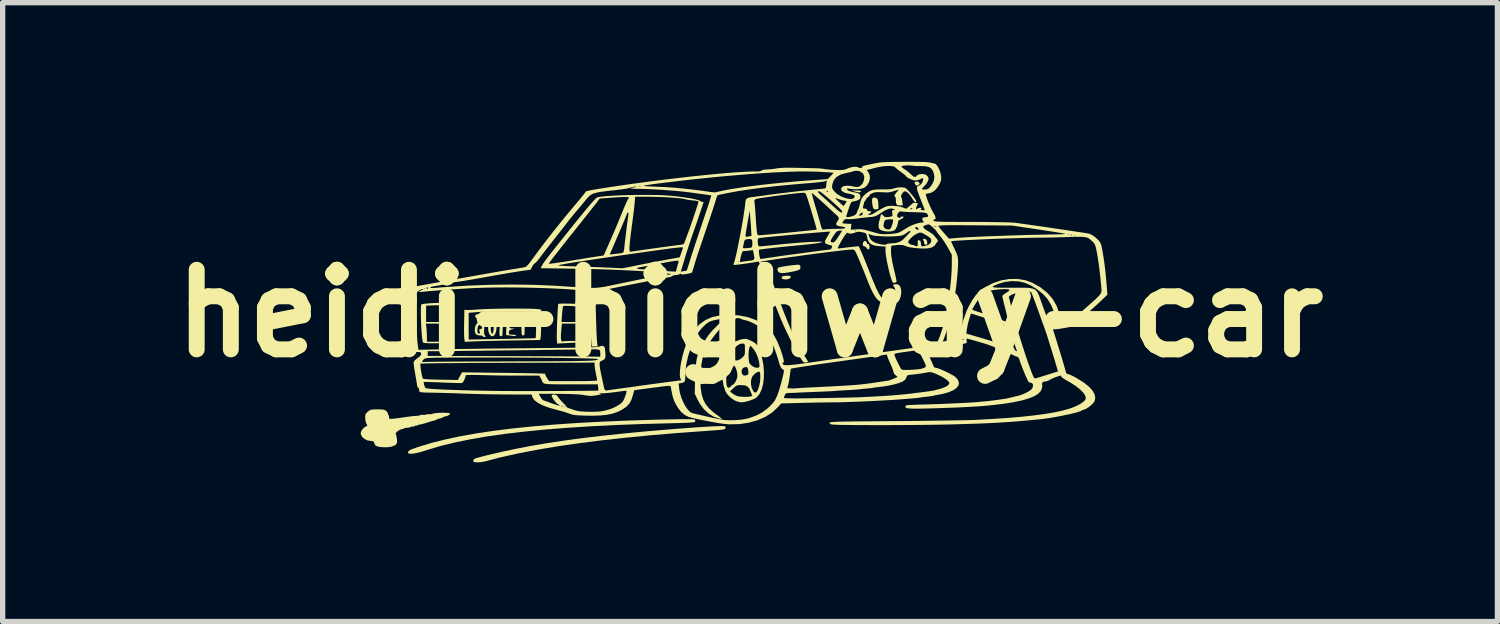
<source format=kicad_pcb>
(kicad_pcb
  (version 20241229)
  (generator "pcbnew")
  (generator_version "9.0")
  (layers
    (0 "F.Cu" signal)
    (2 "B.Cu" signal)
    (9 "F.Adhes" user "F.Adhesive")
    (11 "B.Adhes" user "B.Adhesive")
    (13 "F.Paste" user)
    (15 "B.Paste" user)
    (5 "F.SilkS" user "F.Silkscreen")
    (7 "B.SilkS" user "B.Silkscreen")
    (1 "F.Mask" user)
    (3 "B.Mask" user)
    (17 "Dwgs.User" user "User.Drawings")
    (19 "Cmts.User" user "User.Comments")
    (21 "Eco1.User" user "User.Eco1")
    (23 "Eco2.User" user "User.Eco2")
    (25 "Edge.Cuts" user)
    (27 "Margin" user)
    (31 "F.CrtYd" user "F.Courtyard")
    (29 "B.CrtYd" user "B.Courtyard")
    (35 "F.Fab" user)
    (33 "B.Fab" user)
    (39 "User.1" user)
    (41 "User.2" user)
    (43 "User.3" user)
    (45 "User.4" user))
  (footprint "heidi-highway-car"
    (layer "F.Cu")
    (at 11.086 2.856)
    (property "Reference" "heidi-highway-car" (at 0 0 0) (layer "F.SilkS") (effects (font (size 1.5 1.5) (thickness 0.3))))
    (attr board_only exclude_from_pos_files exclude_from_bom)
    (fp_poly (pts (xy 2.058 -2.315) (xy 2.086 -2.309) (xy 2.091 -2.3) (xy 2.082 -2.285) (xy 2.063 -2.28) (xy 2.028 -2.285) (xy 1.983 -2.295) (xy 1.909 -2.314) (xy 2.003 -2.316)) (stroke (width 0) (type solid)) (fill yes) (layer "F.SilkS"))
    (fp_poly (pts (xy -4.721 0.03) (xy -4.711 0.056) (xy -4.714 0.082) (xy -4.737 0.089) (xy -4.737 0.089) (xy -4.761 0.081) (xy -4.768 0.053) (xy -4.768 0.051) (xy -4.76 0.023) (xy -4.741 0.017)) (stroke (width 0) (type solid)) (fill yes) (layer "F.SilkS"))
    (fp_poly (pts (xy -4.611 -0.009) (xy -4.581 0.005) (xy -4.579 0.026) (xy -4.598 0.051) (xy -4.632 0.072) (xy -4.661 0.072) (xy -4.677 0.051) (xy -4.679 0.038) (xy -4.671 0.001) (xy -4.644 -0.012)) (stroke (width 0) (type solid)) (fill yes) (layer "F.SilkS"))
    (fp_poly (pts (xy -4.488 0.005) (xy -4.479 0.026) (xy -4.482 0.052) (xy -4.498 0.08) (xy -4.524 0.09) (xy -4.549 0.079) (xy -4.553 0.074) (xy -4.557 0.045) (xy -4.544 0.016) (xy -4.521 0.000316) (xy -4.517 -0.000001)) (stroke (width 0) (type solid)) (fill yes) (layer "F.SilkS"))
    (fp_poly (pts (xy 3.304 -1.403) (xy 3.328 -1.379) (xy 3.341 -1.339) (xy 3.342 -1.327) (xy 3.334 -1.299) (xy 3.312 -1.292) (xy 3.288 -1.302) (xy 3.283 -1.326) (xy 3.276 -1.361) (xy 3.265 -1.378) (xy 3.258 -1.394) (xy 3.275 -1.406)) (stroke (width 0) (type solid)) (fill yes) (layer "F.SilkS"))
    (fp_poly (pts (xy -4.237 0.002) (xy -4.229 0.013) (xy -4.236 0.042) (xy -4.239 0.052) (xy -4.257 0.09) (xy -4.28 0.103) (xy -4.288 0.104) (xy -4.316 0.096) (xy -4.326 0.085) (xy -4.326 0.048) (xy -4.304 0.016) (xy -4.269 0.000358) (xy -4.263 -0.000001)) (stroke (width 0) (type solid)) (fill yes) (layer "F.SilkS"))
    (fp_poly (pts (xy -4.946 0.015) (xy -4.935 0.047) (xy -4.934 0.056) (xy -4.933 0.086) (xy -4.942 0.1) (xy -4.971 0.104) (xy -4.99 0.104) (xy -5.033 0.1) (xy -5.05 0.087) (xy -5.05 0.085) (xy -5.039 0.05) (xy -5.013 0.019) (xy -4.981 0.003) (xy -4.971 0.003)) (stroke (width 0) (type solid)) (fill yes) (layer "F.SilkS"))
    (fp_poly (pts (xy -4.832 0.026) (xy -4.827 0.045) (xy -4.818 0.069) (xy -4.805 0.074) (xy -4.785 0.082) (xy -4.783 0.089) (xy -4.795 0.101) (xy -4.824 0.104) (xy -4.857 0.099) (xy -4.882 0.087) (xy -4.885 0.084) (xy -4.896 0.054) (xy -4.884 0.027) (xy -4.856 0.015)) (stroke (width 0) (type solid)) (fill yes) (layer "F.SilkS"))
    (fp_poly (pts (xy -4.36 0.006) (xy -4.356 0.019) (xy -4.356 0.046) (xy -4.35 0.063) (xy -4.345 0.08) (xy -4.357 0.087) (xy -4.393 0.089) (xy -4.396 0.089) (xy -4.434 0.086) (xy -4.455 0.077) (xy -4.456 0.073) (xy -4.444 0.033) (xy -4.413 0.006) (xy -4.388 -0.000001)) (stroke (width 0) (type solid)) (fill yes) (layer "F.SilkS"))
    (fp_poly (pts (xy -4.143 0.012) (xy -4.123 0.041) (xy -4.115 0.073) (xy -4.115 0.073) (xy -4.128 0.083) (xy -4.161 0.089) (xy -4.174 0.089) (xy -4.211 0.087) (xy -4.232 0.08) (xy -4.233 0.078) (xy -4.224 0.052) (xy -4.201 0.023) (xy -4.176 0.003) (xy -4.166 -0.000001)) (stroke (width 0) (type solid)) (fill yes) (layer "F.SilkS"))
    (fp_poly (pts (xy 0.763 -0.7) (xy 0.77 -0.683) (xy 0.75 -0.659) (xy 0.75 -0.659) (xy 0.715 -0.644) (xy 0.672 -0.639) (xy 0.631 -0.643) (xy 0.604 -0.655) (xy 0.599 -0.662) (xy 0.595 -0.683) (xy 0.607 -0.696) (xy 0.64 -0.705) (xy 0.681 -0.709) (xy 0.733 -0.71)) (stroke (width 0) (type solid)) (fill yes) (layer "F.SilkS"))
    (fp_poly (pts (xy 3.169 -2.483) (xy 3.179 -2.471) (xy 3.189 -2.453) (xy 3.196 -2.451) (xy 3.2 -2.445) (xy 3.187 -2.431) (xy 3.166 -2.416) (xy 3.144 -2.407) (xy 3.14 -2.407) (xy 3.123 -2.418) (xy 3.108 -2.442) (xy 3.099 -2.467) (xy 3.11 -2.479) (xy 3.135 -2.484)) (stroke (width 0) (type solid)) (fill yes) (layer "F.SilkS"))
    (fp_poly (pts (xy -5.103 0.018) (xy -5.102 0.027) (xy -5.107 0.033) (xy -5.123 0.058) (xy -5.115 0.072) (xy -5.102 0.074) (xy -5.083 0.082) (xy -5.08 0.089) (xy -5.092 0.101) (xy -5.119 0.103) (xy -5.149 0.096) (xy -5.169 0.082) (xy -5.181 0.051) (xy -5.168 0.026) (xy -5.134 0.015) (xy -5.129 0.015)) (stroke (width 0) (type solid)) (fill yes) (layer "F.SilkS"))
    (fp_poly (pts (xy 2.195 -1.35) (xy 2.198 -1.337) (xy 2.209 -1.312) (xy 2.224 -1.307) (xy 2.243 -1.298) (xy 2.252 -1.268) (xy 2.253 -1.255) (xy 2.248 -1.217) (xy 2.232 -1.202) (xy 2.211 -1.214) (xy 2.198 -1.233) (xy 2.174 -1.257) (xy 2.153 -1.263) (xy 2.13 -1.274) (xy 2.124 -1.306) (xy 2.133 -1.343) (xy 2.152 -1.363) (xy 2.177 -1.365)) (stroke (width 0) (type solid)) (fill yes) (layer "F.SilkS"))
    (fp_poly (pts (xy 2.351 -2.181) (xy 2.383 -2.172) (xy 2.403 -2.151) (xy 2.414 -2.111) (xy 2.419 -2.048) (xy 2.42 -2.031) (xy 2.42 -1.989) (xy 2.414 -1.968) (xy 2.396 -1.961) (xy 2.372 -1.961) (xy 2.342 -1.963) (xy 2.326 -1.974) (xy 2.315 -2.002) (xy 2.309 -2.031) (xy 2.301 -2.083) (xy 2.299 -2.13) (xy 2.3 -2.144) (xy 2.307 -2.172) (xy 2.325 -2.182)) (stroke (width 0) (type solid)) (fill yes) (layer "F.SilkS"))
    (fp_poly (pts (xy -4.657 0.152) (xy -4.65 0.166) (xy -4.652 0.199) (xy -4.655 0.217) (xy -4.661 0.278) (xy -4.664 0.343) (xy -4.664 0.359) (xy -4.666 0.402) (xy -4.673 0.424) (xy -4.688 0.431) (xy -4.694 0.431) (xy -4.712 0.427) (xy -4.721 0.41) (xy -4.723 0.372) (xy -4.724 0.359) (xy -4.721 0.297) (xy -4.716 0.232) (xy -4.714 0.217) (xy -4.706 0.174) (xy -4.693 0.154) (xy -4.675 0.149)) (stroke (width 0) (type solid)) (fill yes) (layer "F.SilkS"))
    (fp_poly (pts (xy 0.927 -0.916) (xy 0.945 -0.896) (xy 0.951 -0.869) (xy 0.947 -0.846) (xy 0.934 -0.828) (xy 0.905 -0.813) (xy 0.858 -0.799) (xy 0.786 -0.784) (xy 0.769 -0.78) (xy 0.682 -0.765) (xy 0.618 -0.758) (xy 0.574 -0.761) (xy 0.544 -0.774) (xy 0.529 -0.789) (xy 0.514 -0.827) (xy 0.525 -0.855) (xy 0.547 -0.867) (xy 0.586 -0.876) (xy 0.642 -0.886) (xy 0.707 -0.896) (xy 0.775 -0.905) (xy 0.838 -0.912) (xy 0.889 -0.916) (xy 0.921 -0.917)) (stroke (width 0) (type solid)) (fill yes) (layer "F.SilkS"))
    (fp_poly (pts (xy -4.213 0.15) (xy -4.184 0.16) (xy -4.181 0.163) (xy -4.187 0.174) (xy -4.21 0.178) (xy -4.229 0.179) (xy -4.24 0.187) (xy -4.246 0.207) (xy -4.248 0.245) (xy -4.248 0.297) (xy -4.249 0.356) (xy -4.252 0.392) (xy -4.258 0.41) (xy -4.27 0.415) (xy -4.278 0.416) (xy -4.293 0.413) (xy -4.302 0.401) (xy -4.306 0.374) (xy -4.308 0.325) (xy -4.308 0.305) (xy -4.308 0.248) (xy -4.312 0.214) (xy -4.319 0.198) (xy -4.332 0.193) (xy -4.337 0.193) (xy -4.363 0.188) (xy -4.364 0.177) (xy -4.342 0.164) (xy -4.321 0.158) (xy -4.261 0.15)) (stroke (width 0) (type solid)) (fill yes) (layer "F.SilkS"))
    (fp_poly (pts (xy -4.501 0.166) (xy -4.46 0.168) (xy -4.448 0.17) (xy -4.464 0.173) (xy -4.473 0.174) (xy -4.51 0.181) (xy -4.526 0.197) (xy -4.533 0.231) (xy -4.535 0.265) (xy -4.525 0.28) (xy -4.494 0.284) (xy -4.487 0.284) (xy -4.434 0.286) (xy -4.49 0.302) (xy -4.527 0.315) (xy -4.542 0.334) (xy -4.545 0.359) (xy -4.543 0.385) (xy -4.531 0.397) (xy -4.502 0.401) (xy -4.478 0.401) (xy -4.439 0.404) (xy -4.415 0.411) (xy -4.412 0.416) (xy -4.414 0.424) (xy -4.426 0.428) (xy -4.454 0.427) (xy -4.502 0.421) (xy -4.53 0.417) (xy -4.597 0.408) (xy -4.596 0.342) (xy -4.594 0.285) (xy -4.59 0.229) (xy -4.589 0.219) (xy -4.584 0.163)) (stroke (width 0) (type solid)) (fill yes) (layer "F.SilkS"))
    (fp_poly (pts (xy -4.782 0.151) (xy -4.775 0.165) (xy -4.772 0.194) (xy -4.774 0.246) (xy -4.774 0.252) (xy -4.784 0.328) (xy -4.802 0.385) (xy -4.827 0.42) (xy -4.857 0.433) (xy -4.888 0.419) (xy -4.911 0.392) (xy -4.93 0.343) (xy -4.938 0.268) (xy -4.938 0.255) (xy -4.938 0.202) (xy -4.935 0.172) (xy -4.926 0.158) (xy -4.908 0.152) (xy -4.897 0.151) (xy -4.868 0.15) (xy -4.863 0.16) (xy -4.871 0.176) (xy -4.881 0.212) (xy -4.886 0.262) (xy -4.885 0.315) (xy -4.878 0.357) (xy -4.873 0.371) (xy -4.857 0.385) (xy -4.845 0.372) (xy -4.836 0.331) (xy -4.83 0.261) (xy -4.83 0.259) (xy -4.826 0.202) (xy -4.821 0.168) (xy -4.812 0.153) (xy -4.797 0.149) (xy -4.797 0.149)) (stroke (width 0) (type solid)) (fill yes) (layer "F.SilkS"))
    (fp_poly (pts (xy -5.049 0.176) (xy -5.02 0.211) (xy -5.009 0.267) (xy -5.011 0.309) (xy -5.014 0.364) (xy -5.004 0.402) (xy -4.998 0.413) (xy -4.983 0.436) (xy -4.988 0.445) (xy -5.005 0.446) (xy -5.029 0.44) (xy -5.035 0.431) (xy -5.049 0.421) (xy -5.081 0.416) (xy -5.093 0.416) (xy -5.145 0.408) (xy -5.175 0.382) (xy -5.187 0.335) (xy -5.188 0.315) (xy -5.188 0.313) (xy -5.139 0.313) (xy -5.137 0.353) (xy -5.129 0.377) (xy -5.11 0.382) (xy -5.092 0.372) (xy -5.09 0.362) (xy -5.097 0.338) (xy -5.103 0.323) (xy -5.104 0.303) (xy -5.082 0.297) (xy -5.056 0.287) (xy -5.052 0.257) (xy -5.059 0.231) (xy -5.078 0.21) (xy -5.104 0.214) (xy -5.124 0.237) (xy -5.134 0.27) (xy -5.139 0.313) (xy -5.188 0.313) (xy -5.18 0.25) (xy -5.157 0.199) (xy -5.122 0.169) (xy -5.095 0.163)) (stroke (width 0) (type solid)) (fill yes) (layer "F.SilkS"))
    (fp_poly (pts (xy -1.124 1.994) (xy -1.082 1.996) (xy -1.055 1.999) (xy -1.041 2.004) (xy -1.036 2.009) (xy -1.034 2.038) (xy -1.037 2.046) (xy -1.055 2.051) (xy -1.102 2.056) (xy -1.175 2.061) (xy -1.274 2.065) (xy -1.397 2.069) (xy -1.485 2.071) (xy -2.019 2.085) (xy -2.524 2.104) (xy -3 2.128) (xy -3.448 2.157) (xy -3.868 2.19) (xy -4.26 2.229) (xy -4.625 2.272) (xy -4.963 2.32) (xy -5.274 2.374) (xy -5.559 2.432) (xy -5.818 2.495) (xy -6.052 2.564) (xy -6.112 2.584) (xy -6.204 2.612) (xy -6.287 2.632) (xy -6.356 2.644) (xy -6.408 2.646) (xy -6.439 2.638) (xy -6.446 2.625) (xy -6.443 2.607) (xy -6.431 2.591) (xy -6.405 2.575) (xy -6.363 2.556) (xy -6.298 2.533) (xy -6.239 2.513) (xy -6.009 2.443) (xy -5.756 2.379) (xy -5.478 2.319) (xy -5.176 2.265) (xy -4.848 2.216) (xy -4.494 2.171) (xy -4.114 2.132) (xy -3.707 2.097) (xy -3.274 2.067) (xy -2.812 2.042) (xy -2.322 2.021) (xy -1.804 2.005) (xy -1.498 1.998) (xy -1.368 1.995) (xy -1.263 1.994) (xy -1.183 1.994)) (stroke (width 0) (type solid)) (fill yes) (layer "F.SilkS"))
    (fp_poly (pts (xy -0.506 2.125) (xy -0.476 2.128) (xy -0.464 2.136) (xy -0.462 2.151) (xy -0.463 2.158) (xy -0.465 2.168) (xy -0.471 2.176) (xy -0.485 2.183) (xy -0.508 2.189) (xy -0.546 2.194) (xy -0.602 2.199) (xy -0.679 2.205) (xy -0.78 2.212) (xy -0.832 2.216) (xy -1.37 2.255) (xy -1.88 2.298) (xy -2.36 2.345) (xy -2.812 2.395) (xy -3.235 2.449) (xy -3.631 2.506) (xy -3.998 2.568) (xy -4.338 2.633) (xy -4.603 2.691) (xy -4.695 2.712) (xy -4.783 2.734) (xy -4.86 2.754) (xy -4.921 2.77) (xy -4.951 2.779) (xy -5.017 2.795) (xy -5.089 2.805) (xy -5.126 2.807) (xy -5.175 2.806) (xy -5.201 2.802) (xy -5.212 2.791) (xy -5.214 2.773) (xy -5.212 2.761) (xy -5.205 2.75) (xy -5.188 2.74) (xy -5.157 2.728) (xy -5.11 2.714) (xy -5.042 2.696) (xy -4.949 2.673) (xy -4.935 2.669) (xy -4.669 2.607) (xy -4.395 2.549) (xy -4.11 2.494) (xy -3.811 2.444) (xy -3.494 2.396) (xy -3.156 2.351) (xy -2.796 2.308) (xy -2.408 2.267) (xy -2.399 2.266) (xy -2.238 2.25) (xy -2.068 2.234) (xy -1.891 2.218) (xy -1.712 2.203) (xy -1.534 2.188) (xy -1.36 2.174) (xy -1.193 2.162) (xy -1.038 2.15) (xy -0.896 2.141) (xy -0.772 2.133) (xy -0.669 2.128) (xy -0.591 2.125) (xy -0.56 2.124)) (stroke (width 0) (type solid)) (fill yes) (layer "F.SilkS"))
    (fp_poly (pts (xy -4.365 -0.09) (xy -4.256 -0.089) (xy -4.16 -0.088) (xy -4.081 -0.086) (xy -4.023 -0.083) (xy -4 -0.08) (xy -3.936 -0.071) (xy -3.936 0.161) (xy -3.937 0.246) (xy -3.939 0.324) (xy -3.941 0.39) (xy -3.944 0.435) (xy -3.946 0.448) (xy -3.954 0.502) (xy -4.499 0.511) (xy -4.631 0.513) (xy -4.762 0.516) (xy -4.886 0.519) (xy -4.998 0.521) (xy -5.094 0.524) (xy -5.168 0.527) (xy -5.209 0.528) (xy -5.375 0.537) (xy -5.384 0.487) (xy -5.387 0.456) (xy -5.389 0.402) (xy -5.39 0.329) (xy -5.39 0.246) (xy -5.389 0.186) (xy -5.385 -0.011) (xy -5.303 -0.011) (xy -5.303 0.241) (xy -5.303 0.493) (xy -4.675 0.482) (xy -4.542 0.48) (xy -4.417 0.477) (xy -4.306 0.475) (xy -4.209 0.472) (xy -4.132 0.47) (xy -4.076 0.468) (xy -4.045 0.466) (xy -4.04 0.465) (xy -4.038 0.448) (xy -4.036 0.407) (xy -4.034 0.347) (xy -4.033 0.272) (xy -4.033 0.21) (xy -4.033 -0.037) (xy -4.434 -0.042) (xy -4.558 -0.042) (xy -4.686 -0.042) (xy -4.811 -0.039) (xy -4.926 -0.036) (xy -5.023 -0.032) (xy -5.069 -0.029) (xy -5.303 -0.011) (xy -5.385 -0.011) (xy -5.385 -0.067) (xy -5.333 -0.064) (xy -5.298 -0.064) (xy -5.241 -0.066) (xy -5.17 -0.07) (xy -5.093 -0.076) (xy -5.087 -0.076) (xy -5.021 -0.08) (xy -4.935 -0.083) (xy -4.833 -0.086) (xy -4.721 -0.088) (xy -4.602 -0.09) (xy -4.482 -0.09)) (stroke (width 0) (type solid)) (fill yes) (layer "F.SilkS"))
    (fp_poly (pts (xy -5.753 -0.197) (xy -5.747 -0.196) (xy -5.728 -0.192) (xy -5.716 -0.182) (xy -5.708 -0.16) (xy -5.703 -0.119) (xy -5.699 -0.07) (xy -5.695 -0.011) (xy -5.692 0.069) (xy -5.69 0.161) (xy -5.689 0.255) (xy -5.689 0.291) (xy -5.689 0.53) (xy -5.727 0.547) (xy -5.756 0.554) (xy -5.807 0.559) (xy -5.872 0.562) (xy -5.944 0.564) (xy -6.016 0.564) (xy -6.081 0.562) (xy -6.132 0.558) (xy -6.161 0.552) (xy -6.163 0.551) (xy -6.17 0.532) (xy -6.177 0.489) (xy -6.184 0.426) (xy -6.19 0.349) (xy -6.196 0.263) (xy -6.199 0.193) (xy -6.109 0.193) (xy -6.1 0.271) (xy -6.094 0.332) (xy -6.091 0.402) (xy -6.09 0.442) (xy -6.09 0.535) (xy -5.942 0.535) (xy -5.88 0.534) (xy -5.829 0.531) (xy -5.797 0.527) (xy -5.79 0.524) (xy -5.789 0.505) (xy -5.788 0.463) (xy -5.789 0.405) (xy -5.79 0.353) (xy -5.795 0.193) (xy -5.952 0.193) (xy -6.109 0.193) (xy -6.199 0.193) (xy -6.2 0.173) (xy -6.203 0.083) (xy -6.204 0.000123) (xy -6.204 -0.072) (xy -6.202 -0.127) (xy -6.2 -0.146) (xy -6.105 -0.146) (xy -6.105 0.008) (xy -6.105 0.163) (xy -5.949 0.163) (xy -5.793 0.163) (xy -5.793 0.008) (xy -5.794 -0.056) (xy -5.797 -0.108) (xy -5.801 -0.142) (xy -5.804 -0.152) (xy -5.823 -0.153) (xy -5.864 -0.153) (xy -5.921 -0.153) (xy -5.96 -0.151) (xy -6.105 -0.146) (xy -6.2 -0.146) (xy -6.198 -0.161) (xy -6.194 -0.169) (xy -6.175 -0.175) (xy -6.132 -0.181) (xy -6.073 -0.187) (xy -6.003 -0.192) (xy -5.93 -0.196) (xy -5.859 -0.198) (xy -5.798 -0.198)) (stroke (width 0) (type solid)) (fill yes) (layer "F.SilkS"))
    (fp_poly (pts (xy -3.427 -0.184) (xy -3.354 -0.182) (xy -3.284 -0.179) (xy -3.222 -0.175) (xy -3.176 -0.17) (xy -3.152 -0.165) (xy -3.152 -0.165) (xy -3.141 -0.157) (xy -3.133 -0.144) (xy -3.127 -0.121) (xy -3.123 -0.085) (xy -3.119 -0.03) (xy -3.116 0.048) (xy -3.113 0.115) (xy -3.11 0.207) (xy -3.106 0.294) (xy -3.102 0.37) (xy -3.099 0.428) (xy -3.097 0.455) (xy -3.09 0.531) (xy -3.16 0.54) (xy -3.202 0.544) (xy -3.265 0.549) (xy -3.342 0.554) (xy -3.423 0.558) (xy -3.433 0.559) (xy -3.636 0.569) (xy -3.641 0.498) (xy -3.643 0.462) (xy -3.643 0.456) (xy -3.565 0.456) (xy -3.561 0.501) (xy -3.551 0.525) (xy -3.535 0.531) (xy -3.524 0.528) (xy -3.501 0.524) (xy -3.456 0.522) (xy -3.395 0.52) (xy -3.348 0.52) (xy -3.194 0.52) (xy -3.194 0.425) (xy -3.195 0.361) (xy -3.199 0.297) (xy -3.203 0.262) (xy -3.212 0.193) (xy -3.379 0.193) (xy -3.546 0.193) (xy -3.555 0.293) (xy -3.563 0.388) (xy -3.565 0.456) (xy -3.643 0.456) (xy -3.642 0.405) (xy -3.641 0.333) (xy -3.639 0.25) (xy -3.636 0.163) (xy -3.554 0.163) (xy -3.381 0.163) (xy -3.208 0.163) (xy -3.209 0.093) (xy -3.211 0.033) (xy -3.216 -0.033) (xy -3.218 -0.054) (xy -3.227 -0.13) (xy -3.37 -0.138) (xy -3.432 -0.141) (xy -3.483 -0.141) (xy -3.515 -0.139) (xy -3.523 -0.137) (xy -3.528 -0.118) (xy -3.534 -0.077) (xy -3.54 -0.02) (xy -3.543 0.019) (xy -3.554 0.163) (xy -3.636 0.163) (xy -3.636 0.163) (xy -3.632 0.076) (xy -3.628 -0.006) (xy -3.624 -0.078) (xy -3.62 -0.134) (xy -3.617 -0.169) (xy -3.614 -0.178) (xy -3.596 -0.182) (xy -3.554 -0.184) (xy -3.496 -0.185)) (stroke (width 0) (type solid)) (fill yes) (layer "F.SilkS"))
    (fp_poly (pts (xy -6.955 1.81) (xy -6.912 1.814) (xy -6.883 1.822) (xy -6.862 1.836) (xy -6.854 1.843) (xy -6.832 1.869) (xy -6.826 1.887) (xy -6.826 1.888) (xy -6.823 1.905) (xy -6.818 1.909) (xy -6.807 1.929) (xy -6.803 1.956) (xy -6.802 1.976) (xy -6.793 1.986) (xy -6.771 1.989) (xy -6.728 1.986) (xy -6.71 1.984) (xy -6.652 1.977) (xy -6.577 1.967) (xy -6.5 1.956) (xy -6.476 1.952) (xy -6.408 1.943) (xy -6.344 1.935) (xy -6.295 1.932) (xy -6.281 1.931) (xy -6.243 1.928) (xy -6.22 1.921) (xy -6.218 1.919) (xy -6.199 1.911) (xy -6.172 1.912) (xy -6.133 1.914) (xy -6.109 1.908) (xy -6.074 1.901) (xy -6.042 1.9) (xy -6.006 1.899) (xy -5.984 1.893) (xy -5.957 1.884) (xy -5.909 1.878) (xy -5.85 1.874) (xy -5.787 1.873) (xy -5.729 1.874) (xy -5.682 1.878) (xy -5.656 1.885) (xy -5.654 1.886) (xy -5.657 1.9) (xy -5.681 1.919) (xy -5.687 1.923) (xy -5.718 1.936) (xy -5.733 1.939) (xy -5.734 1.938) (xy -5.745 1.94) (xy -5.775 1.952) (xy -5.793 1.961) (xy -5.828 1.977) (xy -5.85 1.984) (xy -5.852 1.983) (xy -5.864 1.983) (xy -5.891 1.995) (xy -5.895 1.997) (xy -5.937 2.015) (xy -5.973 2.026) (xy -6.008 2.034) (xy -6.056 2.049) (xy -6.083 2.058) (xy -6.135 2.074) (xy -6.184 2.087) (xy -6.201 2.09) (xy -6.243 2.1) (xy -6.272 2.111) (xy -6.293 2.118) (xy -6.298 2.115) (xy -6.307 2.115) (xy -6.32 2.124) (xy -6.349 2.135) (xy -6.365 2.134) (xy -6.384 2.132) (xy -6.387 2.136) (xy -6.401 2.146) (xy -6.442 2.154) (xy -6.495 2.159) (xy -6.517 2.164) (xy -6.521 2.169) (xy -6.533 2.177) (xy -6.551 2.179) (xy -6.59 2.19) (xy -6.629 2.211) (xy -6.661 2.236) (xy -6.677 2.261) (xy -6.676 2.271) (xy -6.668 2.3) (xy -6.659 2.344) (xy -6.656 2.364) (xy -6.651 2.413) (xy -6.658 2.446) (xy -6.671 2.468) (xy -6.69 2.489) (xy -6.699 2.491) (xy -6.699 2.491) (xy -6.709 2.489) (xy -6.732 2.502) (xy -6.767 2.515) (xy -6.821 2.522) (xy -6.886 2.524) (xy -6.953 2.521) (xy -7.011 2.511) (xy -7.023 2.508) (xy -7.06 2.49) (xy -7.078 2.459) (xy -7.08 2.45) (xy -7.091 2.42) (xy -7.112 2.408) (xy -7.138 2.406) (xy -7.207 2.396) (xy -7.267 2.367) (xy -7.312 2.326) (xy -7.336 2.276) (xy -7.338 2.255) (xy -7.327 2.219) (xy -7.301 2.179) (xy -7.266 2.145) (xy -7.233 2.126) (xy -7.223 2.124) (xy -7.212 2.118) (xy -7.221 2.097) (xy -7.227 2.089) (xy -7.241 2.053) (xy -7.251 2.003) (xy -7.253 1.975) (xy -7.253 1.928) (xy -7.245 1.897) (xy -7.225 1.872) (xy -7.204 1.853) (xy -7.177 1.832) (xy -7.152 1.819) (xy -7.12 1.812) (xy -7.074 1.81) (xy -7.021 1.809)) (stroke (width 0) (type solid)) (fill yes) (layer "F.SilkS"))
    (fp_poly (pts (xy -0.07 0.481) (xy -0.031 0.494) (xy 0.02 0.517) (xy 0.057 0.536) (xy 0.102 0.566) (xy 0.136 0.6) (xy 0.164 0.645) (xy 0.189 0.707) (xy 0.214 0.79) (xy 0.222 0.823) (xy 0.25 0.959) (xy 0.262 1.092) (xy 0.26 1.219) (xy 0.245 1.336) (xy 0.217 1.438) (xy 0.177 1.522) (xy 0.125 1.583) (xy 0.106 1.597) (xy 0.065 1.618) (xy 0.006 1.64) (xy -0.058 1.659) (xy -0.117 1.672) (xy -0.161 1.677) (xy -0.163 1.677) (xy -0.193 1.672) (xy -0.233 1.664) (xy -0.294 1.639) (xy -0.358 1.595) (xy -0.415 1.541) (xy -0.456 1.484) (xy -0.459 1.478) (xy -0.461 1.473) (xy -0.378 1.473) (xy -0.341 1.502) (xy -0.3 1.531) (xy -0.26 1.553) (xy -0.22 1.564) (xy -0.161 1.571) (xy -0.095 1.574) (xy -0.034 1.572) (xy 0.01 1.565) (xy 0.043 1.557) (xy 0.014 1.48) (xy -0.015 1.417) (xy -0.048 1.378) (xy -0.094 1.358) (xy -0.159 1.352) (xy -0.166 1.352) (xy -0.218 1.353) (xy -0.252 1.361) (xy -0.283 1.381) (xy -0.317 1.412) (xy -0.378 1.473) (xy -0.461 1.473) (xy -0.499 1.363) (xy -0.511 1.287) (xy -0.448 1.287) (xy -0.442 1.351) (xy -0.429 1.389) (xy -0.408 1.402) (xy -0.386 1.396) (xy -0.362 1.379) (xy -0.356 1.368) (xy -0.344 1.354) (xy -0.328 1.348) (xy -0.317 1.34) (xy 0.018 1.34) (xy 0.034 1.413) (xy 0.038 1.422) (xy 0.065 1.472) (xy 0.093 1.493) (xy 0.12 1.486) (xy 0.143 1.451) (xy 0.146 1.443) (xy 0.172 1.369) (xy 0.186 1.306) (xy 0.192 1.242) (xy 0.193 1.201) (xy 0.192 1.147) (xy 0.188 1.116) (xy 0.18 1.102) (xy 0.165 1.099) (xy 0.128 1.111) (xy 0.086 1.142) (xy 0.049 1.183) (xy 0.037 1.204) (xy 0.018 1.266) (xy 0.018 1.34) (xy -0.317 1.34) (xy -0.301 1.328) (xy -0.274 1.289) (xy -0.252 1.239) (xy -0.239 1.189) (xy -0.238 1.17) (xy -0.245 1.111) (xy -0.159 1.111) (xy -0.15 1.139) (xy -0.132 1.165) (xy -0.103 1.172) (xy -0.085 1.171) (xy -0.046 1.159) (xy -0.032 1.139) (xy -0.031 1.105) (xy -0.036 1.062) (xy -0.037 1.06) (xy -0.046 1.025) (xy -0.062 1.013) (xy -0.093 1.013) (xy -0.133 1.03) (xy -0.156 1.065) (xy -0.159 1.111) (xy -0.245 1.111) (xy -0.246 1.101) (xy -0.267 1.035) (xy -0.299 0.98) (xy -0.337 0.941) (xy -0.377 0.924) (xy -0.392 0.924) (xy -0.41 0.932) (xy -0.424 0.954) (xy -0.434 0.993) (xy -0.441 1.053) (xy -0.446 1.136) (xy -0.448 1.196) (xy -0.448 1.287) (xy -0.511 1.287) (xy -0.52 1.232) (xy -0.522 1.094) (xy -0.505 0.955) (xy -0.499 0.928) (xy -0.478 0.858) (xy -0.395 0.858) (xy -0.388 0.873) (xy -0.37 0.88) (xy -0.368 0.881) (xy -0.291 0.89) (xy -0.232 0.885) (xy -0.182 0.862) (xy -0.155 0.841) (xy -0.125 0.814) (xy -0.108 0.791) (xy -0.101 0.769) (xy -0.028 0.769) (xy -0.027 0.827) (xy -0.023 0.886) (xy -0.017 0.923) (xy -0.004 0.95) (xy 0.017 0.973) (xy 0.027 0.982) (xy 0.079 1.016) (xy 0.126 1.025) (xy 0.161 1.022) (xy 0.176 1.01) (xy 0.178 0.984) (xy 0.17 0.911) (xy 0.147 0.83) (xy 0.115 0.752) (xy 0.077 0.685) (xy 0.047 0.649) (xy 0.003 0.606) (xy -0.015 0.661) (xy -0.024 0.706) (xy -0.028 0.769) (xy -0.101 0.769) (xy -0.099 0.764) (xy -0.097 0.722) (xy -0.097 0.681) (xy -0.097 0.625) (xy -0.1 0.592) (xy -0.108 0.576) (xy -0.122 0.57) (xy -0.134 0.568) (xy -0.19 0.576) (xy -0.247 0.61) (xy -0.3 0.664) (xy -0.336 0.721) (xy -0.369 0.786) (xy -0.389 0.83) (xy -0.395 0.858) (xy -0.478 0.858) (xy -0.477 0.854) (xy -0.447 0.775) (xy -0.413 0.699) (xy -0.377 0.631) (xy -0.342 0.58) (xy -0.316 0.553) (xy -0.262 0.523) (xy -0.197 0.499) (xy -0.133 0.484) (xy -0.079 0.48)) (stroke (width 0) (type solid)) (fill yes) (layer "F.SilkS"))
    (fp_poly (pts (xy 3.095 -2.856) (xy 3.193 -2.855) (xy 3.27 -2.853) (xy 3.328 -2.85) (xy 3.371 -2.846) (xy 3.403 -2.84) (xy 3.413 -2.838) (xy 3.452 -2.828) (xy 3.478 -2.824) (xy 3.48 -2.823) (xy 3.504 -2.811) (xy 3.531 -2.777) (xy 3.558 -2.729) (xy 3.581 -2.674) (xy 3.594 -2.625) (xy 3.603 -2.566) (xy 3.601 -2.517) (xy 3.587 -2.471) (xy 3.559 -2.416) (xy 3.533 -2.375) (xy 3.48 -2.315) (xy 3.416 -2.274) (xy 3.348 -2.258) (xy 3.342 -2.258) (xy 3.318 -2.253) (xy 3.312 -2.247) (xy 3.319 -2.214) (xy 3.335 -2.163) (xy 3.358 -2.1) (xy 3.386 -2.033) (xy 3.415 -1.971) (xy 3.441 -1.919) (xy 3.45 -1.905) (xy 3.485 -1.842) (xy 3.498 -1.798) (xy 3.49 -1.774) (xy 3.467 -1.768) (xy 3.451 -1.764) (xy 3.459 -1.748) (xy 3.461 -1.745) (xy 3.469 -1.74) (xy 3.483 -1.736) (xy 3.508 -1.732) (xy 3.545 -1.729) (xy 3.597 -1.727) (xy 3.666 -1.725) (xy 3.755 -1.724) (xy 3.865 -1.724) (xy 4.001 -1.723) (xy 4.163 -1.723) (xy 4.172 -1.723) (xy 4.321 -1.723) (xy 4.464 -1.722) (xy 4.598 -1.72) (xy 4.718 -1.718) (xy 4.822 -1.716) (xy 4.906 -1.713) (xy 4.966 -1.71) (xy 4.991 -1.708) (xy 5.045 -1.701) (xy 5.121 -1.69) (xy 5.214 -1.677) (xy 5.322 -1.662) (xy 5.441 -1.645) (xy 5.566 -1.627) (xy 5.695 -1.608) (xy 5.823 -1.589) (xy 5.947 -1.571) (xy 6.063 -1.553) (xy 6.167 -1.537) (xy 6.256 -1.524) (xy 6.326 -1.513) (xy 6.373 -1.505) (xy 6.392 -1.501) (xy 6.441 -1.48) (xy 6.499 -1.44) (xy 6.527 -1.416) (xy 6.574 -1.37) (xy 6.602 -1.33) (xy 6.62 -1.286) (xy 6.624 -1.27) (xy 6.639 -1.195) (xy 6.656 -1.096) (xy 6.673 -0.982) (xy 6.689 -0.859) (xy 6.703 -0.733) (xy 6.714 -0.612) (xy 6.717 -0.581) (xy 6.735 -0.352) (xy 6.601 -0.224) (xy 6.542 -0.169) (xy 6.468 -0.102) (xy 6.387 -0.029) (xy 6.306 0.043) (xy 6.266 0.077) (xy 6.065 0.251) (xy 5.925 0.276) (xy 5.86 0.287) (xy 5.802 0.296) (xy 5.759 0.3) (xy 5.747 0.3) (xy 5.709 0.299) (xy 5.818 0.651) (xy 5.849 0.752) (xy 5.878 0.848) (xy 5.903 0.934) (xy 5.924 1.004) (xy 5.938 1.054) (xy 5.943 1.073) (xy 5.956 1.118) (xy 5.971 1.139) (xy 5.989 1.144) (xy 6.02 1.152) (xy 6.069 1.174) (xy 6.131 1.206) (xy 6.2 1.247) (xy 6.271 1.292) (xy 6.305 1.315) (xy 6.392 1.386) (xy 6.456 1.457) (xy 6.494 1.527) (xy 6.507 1.594) (xy 6.493 1.655) (xy 6.471 1.688) (xy 6.43 1.729) (xy 6.38 1.769) (xy 6.33 1.799) (xy 6.291 1.815) (xy 6.291 1.815) (xy 6.263 1.823) (xy 6.253 1.83) (xy 6.231 1.842) (xy 6.185 1.858) (xy 6.117 1.877) (xy 6.034 1.897) (xy 5.939 1.917) (xy 5.837 1.938) (xy 5.733 1.957) (xy 5.63 1.974) (xy 5.533 1.988) (xy 5.451 1.997) (xy 5.278 2.014) (xy 5.119 2.028) (xy 4.969 2.041) (xy 4.824 2.051) (xy 4.678 2.06) (xy 4.527 2.068) (xy 4.367 2.075) (xy 4.192 2.081) (xy 3.998 2.087) (xy 3.78 2.093) (xy 3.728 2.094) (xy 3.605 2.097) (xy 3.463 2.099) (xy 3.307 2.101) (xy 3.141 2.103) (xy 2.967 2.104) (xy 2.789 2.105) (xy 2.611 2.106) (xy 2.437 2.106) (xy 2.268 2.106) (xy 2.11 2.105) (xy 1.965 2.105) (xy 1.838 2.103) (xy 1.73 2.102) (xy 1.647 2.1) (xy 1.608 2.098) (xy 1.551 2.095) (xy 1.519 2.089) (xy 1.504 2.08) (xy 1.5 2.066) (xy 1.501 2.061) (xy 1.506 2.057) (xy 1.516 2.054) (xy 1.532 2.05) (xy 1.558 2.048) (xy 1.595 2.045) (xy 1.645 2.043) (xy 1.709 2.041) (xy 1.79 2.039) (xy 1.889 2.038) (xy 2.008 2.036) (xy 2.149 2.035) (xy 2.315 2.034) (xy 2.506 2.032) (xy 2.725 2.031) (xy 2.737 2.03) (xy 2.935 2.029) (xy 3.13 2.027) (xy 3.321 2.025) (xy 3.503 2.022) (xy 3.674 2.02) (xy 3.832 2.017) (xy 3.972 2.015) (xy 4.092 2.012) (xy 4.19 2.01) (xy 4.262 2.007) (xy 4.278 2.006) (xy 4.588 1.989) (xy 4.87 1.97) (xy 5.124 1.948) (xy 5.352 1.923) (xy 5.554 1.896) (xy 5.73 1.867) (xy 5.884 1.834) (xy 6.014 1.798) (xy 6.123 1.758) (xy 6.21 1.715) (xy 6.257 1.685) (xy 6.3 1.65) (xy 6.322 1.621) (xy 6.328 1.593) (xy 6.314 1.544) (xy 6.275 1.488) (xy 6.213 1.427) (xy 6.13 1.363) (xy 6.029 1.299) (xy 5.975 1.269) (xy 5.926 1.24) (xy 5.888 1.214) (xy 5.869 1.195) (xy 5.868 1.192) (xy 5.86 1.175) (xy 5.855 1.173) (xy 5.828 1.179) (xy 5.785 1.193) (xy 5.737 1.21) (xy 5.696 1.228) (xy 5.674 1.24) (xy 5.65 1.255) (xy 5.616 1.27) (xy 5.582 1.281) (xy 5.56 1.286) (xy 5.555 1.284) (xy 5.544 1.284) (xy 5.525 1.293) (xy 5.503 1.315) (xy 5.504 1.338) (xy 5.507 1.374) (xy 5.503 1.41) (xy 5.478 1.466) (xy 5.428 1.517) (xy 5.352 1.563) (xy 5.25 1.604) (xy 5.12 1.642) (xy 4.964 1.675) (xy 4.779 1.704) (xy 4.566 1.729) (xy 4.412 1.744) (xy 4.324 1.751) (xy 4.216 1.757) (xy 4.093 1.764) (xy 3.958 1.771) (xy 3.817 1.777) (xy 3.675 1.782) (xy 3.535 1.787) (xy 3.403 1.791) (xy 3.284 1.794) (xy 3.182 1.796) (xy 3.101 1.796) (xy 3.06 1.795) (xy 2.998 1.792) (xy 2.96 1.787) (xy 2.94 1.78) (xy 2.931 1.768) (xy 2.929 1.758) (xy 2.929 1.749) (xy 2.932 1.741) (xy 2.943 1.735) (xy 2.965 1.731) (xy 3.001 1.727) (xy 3.054 1.725) (xy 3.128 1.722) (xy 3.227 1.719) (xy 3.3 1.717) (xy 3.437 1.713) (xy 3.579 1.708) (xy 3.72 1.702) (xy 3.856 1.696) (xy 3.983 1.69) (xy 4.097 1.685) (xy 4.192 1.679) (xy 4.264 1.674) (xy 4.291 1.671) (xy 4.346 1.666) (xy 4.412 1.66) (xy 4.45 1.657) (xy 4.504 1.651) (xy 4.577 1.642) (xy 4.655 1.632) (xy 4.695 1.626) (xy 4.777 1.614) (xy 4.841 1.603) (xy 4.902 1.59) (xy 4.97 1.573) (xy 4.998 1.566) (xy 5.037 1.557) (xy 5.065 1.551) (xy 5.112 1.536) (xy 5.171 1.512) (xy 5.23 1.482) (xy 5.278 1.453) (xy 5.299 1.437) (xy 5.324 1.403) (xy 5.333 1.364) (xy 5.329 1.331) (xy 5.309 1.313) (xy 5.302 1.311) (xy 5.266 1.301) (xy 5.25 1.292) (xy 5.238 1.273) (xy 5.223 1.24) (xy 5.644 1.24) (xy 5.652 1.248) (xy 5.659 1.24) (xy 5.652 1.233) (xy 5.644 1.24) (xy 5.223 1.24) (xy 5.219 1.232) (xy 5.194 1.176) (xy 5.166 1.11) (xy 5.138 1.04) (xy 5.111 0.972) (xy 5.09 0.913) (xy 5.075 0.868) (xy 5.072 0.857) (xy 5.052 0.825) (xy 5.018 0.811) (xy 4.979 0.797) (xy 4.931 0.773) (xy 4.909 0.759) (xy 4.868 0.736) (xy 4.808 0.709) (xy 4.738 0.68) (xy 4.684 0.661) (xy 4.617 0.638) (xy 4.558 0.617) (xy 4.514 0.601) (xy 4.493 0.593) (xy 4.469 0.585) (xy 4.424 0.57) (xy 4.365 0.553) (xy 4.299 0.533) (xy 4.232 0.514) (xy 4.171 0.497) (xy 4.122 0.484) (xy 4.092 0.476) (xy 4.086 0.475) (xy 4.08 0.488) (xy 4.081 0.519) (xy 4.082 0.519) (xy 4.084 0.533) (xy 4.086 0.544) (xy 4.084 0.552) (xy 4.075 0.559) (xy 4.055 0.566) (xy 4.022 0.573) (xy 3.973 0.582) (xy 3.904 0.592) (xy 3.813 0.604) (xy 3.696 0.62) (xy 3.669 0.624) (xy 3.571 0.638) (xy 3.483 0.65) (xy 3.41 0.661) (xy 3.355 0.669) (xy 3.322 0.674) (xy 3.316 0.676) (xy 3.32 0.69) (xy 3.335 0.725) (xy 3.359 0.776) (xy 3.386 0.832) (xy 3.416 0.895) (xy 3.44 0.949) (xy 3.456 0.988) (xy 3.461 1.005) (xy 3.474 1.02) (xy 3.502 1.025) (xy 3.532 1.032) (xy 3.581 1.05) (xy 3.642 1.076) (xy 3.707 1.107) (xy 3.771 1.139) (xy 3.825 1.169) (xy 3.864 1.193) (xy 3.871 1.199) (xy 3.918 1.254) (xy 3.937 1.307) (xy 3.928 1.357) (xy 3.893 1.405) (xy 3.832 1.448) (xy 3.746 1.485) (xy 3.637 1.516) (xy 3.53 1.537) (xy 3.491 1.543) (xy 3.465 1.55) (xy 3.463 1.551) (xy 3.444 1.556) (xy 3.405 1.562) (xy 3.357 1.567) (xy 3.3 1.574) (xy 3.251 1.58) (xy 3.223 1.584) (xy 3.159 1.593) (xy 3.069 1.602) (xy 2.957 1.611) (xy 2.828 1.621) (xy 2.684 1.631) (xy 2.53 1.64) (xy 2.37 1.649) (xy 2.208 1.657) (xy 2.047 1.664) (xy 1.892 1.669) (xy 1.747 1.674) (xy 1.615 1.677) (xy 1.523 1.677) (xy 1.451 1.678) (xy 1.356 1.679) (xy 1.247 1.681) (xy 1.129 1.684) (xy 1.011 1.686) (xy 0.958 1.688) (xy 0.587 1.697) (xy 0.523 1.769) (xy 0.416 1.868) (xy 0.286 1.951) (xy 0.138 2.016) (xy -0.025 2.061) (xy -0.2 2.087) (xy -0.383 2.091) (xy -0.423 2.089) (xy -0.484 2.083) (xy -0.567 2.072) (xy -0.665 2.056) (xy -0.771 2.036) (xy -0.88 2.015) (xy -0.984 1.994) (xy -1.076 1.973) (xy -1.149 1.954) (xy -1.153 1.953) (xy -1.226 1.918) (xy -1.297 1.858) (xy -1.361 1.778) (xy -1.412 1.688) (xy -1.434 1.639) (xy -1.451 1.59) (xy -1.466 1.532) (xy -1.481 1.459) (xy -1.494 1.388) (xy -1.496 1.378) (xy -1.502 1.372) (xy -1.514 1.368) (xy -1.537 1.367) (xy -1.574 1.369) (xy -1.628 1.375) (xy -1.704 1.385) (xy -1.805 1.398) (xy -1.838 1.402) (xy -1.934 1.415) (xy -2.02 1.426) (xy -2.092 1.436) (xy -2.145 1.443) (xy -2.175 1.448) (xy -2.18 1.449) (xy -2.186 1.463) (xy -2.196 1.498) (xy -2.207 1.539) (xy -2.237 1.631) (xy -2.276 1.701) (xy -2.329 1.758) (xy -2.402 1.809) (xy -2.489 1.854) (xy -2.585 1.888) (xy -2.693 1.911) (xy -2.818 1.924) (xy -2.965 1.929) (xy -3.064 1.928) (xy -3.162 1.925) (xy -3.236 1.922) (xy -3.293 1.917) (xy -3.337 1.91) (xy -3.375 1.9) (xy -3.409 1.888) (xy -3.465 1.869) (xy -3.537 1.847) (xy -3.613 1.827) (xy -3.639 1.82) (xy -3.788 1.778) (xy -3.843 1.758) (xy -3.501 1.758) (xy -3.499 1.767) (xy -3.491 1.768) (xy -3.478 1.762) (xy -3.481 1.758) (xy -3.498 1.756) (xy -3.501 1.758) (xy -3.843 1.758) (xy -3.866 1.749) (xy -3.558 1.749) (xy -3.544 1.752) (xy -3.525 1.749) (xy -3.524 1.744) (xy -3.544 1.74) (xy -3.553 1.743) (xy -3.558 1.749) (xy -3.866 1.749) (xy -3.909 1.733) (xy -4.002 1.684) (xy -4.067 1.633) (xy -4.102 1.578) (xy -4.106 1.565) (xy -4.115 1.53) (xy -4.542 1.529) (xy -4.681 1.528) (xy -4.839 1.526) (xy -5.007 1.523) (xy -5.172 1.519) (xy -5.319 1.515) (xy -3.982 1.515) (xy -3.952 1.573) (xy -3.926 1.612) (xy -3.897 1.638) (xy -3.888 1.642) (xy -3.859 1.651) (xy -3.811 1.668) (xy -3.753 1.69) (xy -3.74 1.695) (xy -3.683 1.715) (xy -3.635 1.73) (xy -3.603 1.737) (xy -3.599 1.737) (xy -3.582 1.734) (xy -3.595 1.727) (xy -3.643 1.696) (xy -3.693 1.638) (xy -3.708 1.616) (xy -3.734 1.571) (xy -3.74 1.545) (xy -3.727 1.533) (xy -3.694 1.53) (xy -3.656 1.536) (xy -3.629 1.56) (xy -3.618 1.577) (xy -3.592 1.612) (xy -3.553 1.657) (xy -3.515 1.696) (xy -3.48 1.731) (xy -3.458 1.757) (xy -3.453 1.768) (xy -3.454 1.768) (xy -3.451 1.772) (xy -3.426 1.783) (xy -3.387 1.797) (xy -3.341 1.813) (xy -3.294 1.828) (xy -3.253 1.839) (xy -3.238 1.842) (xy -3.203 1.847) (xy -3.146 1.851) (xy -3.075 1.854) (xy -3.007 1.855) (xy -2.908 1.854) (xy -2.828 1.849) (xy -2.756 1.837) (xy -2.704 1.825) (xy -2.611 1.796) (xy -2.524 1.756) (xy -2.45 1.71) (xy -2.404 1.669) (xy -2.387 1.642) (xy -2.368 1.601) (xy -2.35 1.555) (xy -2.336 1.51) (xy -2.329 1.475) (xy -2.331 1.459) (xy -2.331 1.459) (xy -2.349 1.459) (xy -2.391 1.464) (xy -2.451 1.471) (xy -2.522 1.481) (xy -2.534 1.483) (xy -2.614 1.493) (xy -2.691 1.501) (xy -2.755 1.506) (xy -2.799 1.506) (xy -2.8 1.506) (xy -2.839 1.505) (xy -2.85 1.506) (xy -2.835 1.512) (xy -2.83 1.513) (xy -2.81 1.519) (xy -2.81 1.525) (xy -2.831 1.532) (xy -2.878 1.541) (xy -2.895 1.544) (xy -2.963 1.554) (xy -3.018 1.555) (xy -3.077 1.549) (xy -3.117 1.542) (xy -3.178 1.533) (xy -3.262 1.526) (xy -3.372 1.521) (xy -3.509 1.518) (xy -3.605 1.517) (xy -3.982 1.515) (xy -5.319 1.515) (xy -5.326 1.515) (xy -5.407 1.512) (xy -5.529 1.507) (xy -5.653 1.503) (xy -5.77 1.5) (xy -5.876 1.497) (xy -5.965 1.495) (xy -6.03 1.494) (xy -6.031 1.494) (xy -6.108 1.493) (xy -6.17 1.489) (xy -6.212 1.484) (xy -6.227 1.478) (xy -6.236 1.452) (xy -6.238 1.429) (xy -6.243 1.406) (xy -6.253 1.403) (xy -6.264 1.397) (xy -6.273 1.369) (xy -6.274 1.363) (xy -6.279 1.329) (xy -6.285 1.292) (xy -6.153 1.292) (xy -6.144 1.34) (xy -6.131 1.38) (xy -6.114 1.408) (xy -6.094 1.414) (xy -6.044 1.42) (xy -5.967 1.426) (xy -5.864 1.432) (xy -5.735 1.438) (xy -5.583 1.443) (xy -5.406 1.449) (xy -5.208 1.454) (xy -4.989 1.458) (xy -4.842 1.461) (xy -4.769 1.462) (xy -4.676 1.463) (xy -4.565 1.463) (xy -4.441 1.464) (xy -4.305 1.464) (xy -4.161 1.464) (xy -4.012 1.464) (xy -3.861 1.464) (xy -3.71 1.463) (xy -3.563 1.463) (xy -3.422 1.462) (xy -3.29 1.461) (xy -3.171 1.46) (xy -3.067 1.459) (xy -2.981 1.458) (xy -2.916 1.457) (xy -2.875 1.456) (xy -2.862 1.454) (xy -2.86 1.437) (xy -2.862 1.402) (xy -2.863 1.393) (xy -2.87 1.337) (xy -3.371 1.337) (xy -3.506 1.337) (xy -3.615 1.337) (xy -3.7 1.336) (xy -3.765 1.335) (xy -3.813 1.332) (xy -3.846 1.329) (xy -3.869 1.325) (xy -3.883 1.32) (xy -3.893 1.313) (xy -3.901 1.306) (xy -3.92 1.281) (xy -3.924 1.268) (xy -3.928 1.253) (xy -3.943 1.223) (xy -3.946 1.218) (xy -3.972 1.173) (xy -4.344 1.173) (xy -4.472 1.173) (xy -4.613 1.172) (xy -4.758 1.17) (xy -4.896 1.167) (xy -5.017 1.164) (xy -5.04 1.164) (xy -5.144 1.161) (xy -5.232 1.16) (xy -5.298 1.161) (xy -5.342 1.163) (xy -5.359 1.167) (xy -5.36 1.167) (xy -5.362 1.192) (xy -5.376 1.23) (xy -5.394 1.271) (xy -5.414 1.301) (xy -5.425 1.311) (xy -5.445 1.313) (xy -5.491 1.313) (xy -5.555 1.312) (xy -5.635 1.31) (xy -5.724 1.306) (xy -5.727 1.306) (xy -5.821 1.302) (xy -5.91 1.298) (xy -5.987 1.296) (xy -6.047 1.294) (xy -6.081 1.293) (xy -6.153 1.292) (xy -6.285 1.292) (xy -6.288 1.274) (xy -6.3 1.206) (xy -6.312 1.136) (xy -6.324 1.064) (xy -6.334 1.001) (xy -6.338 0.966) (xy -6.214 0.966) (xy -6.211 1.005) (xy -6.205 1.057) (xy -6.195 1.114) (xy -6.185 1.167) (xy -6.175 1.209) (xy -6.167 1.229) (xy -6.148 1.235) (xy -6.1 1.24) (xy -6.024 1.245) (xy -5.921 1.248) (xy -5.832 1.25) (xy -5.506 1.255) (xy -5.468 1.183) (xy -5.429 1.111) (xy -4.649 1.121) (xy -4.5 1.123) (xy -4.36 1.125) (xy -4.232 1.127) (xy -4.118 1.129) (xy -4.023 1.131) (xy -3.947 1.133) (xy -3.894 1.135) (xy -3.867 1.136) (xy -3.865 1.136) (xy -3.858 1.153) (xy -3.857 1.161) (xy -3.847 1.186) (xy -3.825 1.221) (xy -3.82 1.23) (xy -3.786 1.277) (xy -3.334 1.277) (xy -3.207 1.277) (xy -3.098 1.276) (xy -3.009 1.274) (xy -2.941 1.271) (xy -2.898 1.268) (xy -2.882 1.264) (xy -2.882 1.264) (xy -2.885 1.243) (xy -2.892 1.202) (xy -2.903 1.149) (xy -2.904 1.143) (xy -2.916 1.081) (xy -2.925 1.023) (xy -2.929 0.982) (xy -2.931 0.928) (xy -4.565 0.932) (xy -4.783 0.933) (xy -4.993 0.933) (xy -5.192 0.934) (xy -5.379 0.935) (xy -5.553 0.937) (xy -5.71 0.938) (xy -5.849 0.939) (xy -5.969 0.941) (xy -6.067 0.942) (xy -6.141 0.944) (xy -6.19 0.946) (xy -6.211 0.947) (xy -6.212 0.948) (xy -6.214 0.966) (xy -6.338 0.966) (xy -6.34 0.952) (xy -6.343 0.927) (xy -6.337 0.916) (xy -6.179 0.916) (xy -6.163 0.918) (xy -6.159 0.916) (xy -6.141 0.915) (xy -6.096 0.914) (xy -6.025 0.913) (xy -5.93 0.912) (xy -5.814 0.911) (xy -5.677 0.91) (xy -5.522 0.909) (xy -5.351 0.908) (xy -5.167 0.907) (xy -4.97 0.906) (xy -4.762 0.906) (xy -4.547 0.905) (xy -4.536 0.905) (xy -4.276 0.904) (xy -4.045 0.904) (xy -3.84 0.903) (xy -3.66 0.902) (xy -3.504 0.901) (xy -3.369 0.9) (xy -3.254 0.898) (xy -3.158 0.896) (xy -3.079 0.894) (xy -3.015 0.892) (xy -2.966 0.889) (xy -2.928 0.885) (xy -2.901 0.881) (xy -2.883 0.876) (xy -2.872 0.871) (xy -2.867 0.865) (xy -2.867 0.862) (xy -2.881 0.858) (xy -2.924 0.855) (xy -2.992 0.852) (xy -3.085 0.849) (xy -3.201 0.846) (xy -3.337 0.844) (xy -3.492 0.841) (xy -3.664 0.839) (xy -3.852 0.837) (xy -4.053 0.835) (xy -4.265 0.834) (xy -4.488 0.833) (xy -4.719 0.832) (xy -4.956 0.832) (xy -5.039 0.832) (xy -5.243 0.832) (xy -5.419 0.832) (xy -5.569 0.832) (xy -5.696 0.833) (xy -5.802 0.834) (xy -5.888 0.835) (xy -5.957 0.836) (xy -6.012 0.838) (xy -6.053 0.841) (xy -6.084 0.843) (xy -6.106 0.847) (xy -6.122 0.851) (xy -6.133 0.856) (xy -6.136 0.857) (xy -6.162 0.878) (xy -6.178 0.9) (xy -6.179 0.916) (xy -6.337 0.916) (xy -6.328 0.896) (xy -6.286 0.858) (xy -6.27 0.846) (xy -6.225 0.812) (xy -6.203 0.784) (xy -6.199 0.762) (xy -6.204 0.741) (xy -6.22 0.731) (xy -6.255 0.728) (xy -6.27 0.728) (xy -6.316 0.724) (xy -6.349 0.713) (xy -6.349 0.713) (xy -6.075 0.713) (xy -6.075 0.757) (xy -6.075 0.802) (xy -4.683 0.806) (xy -4.476 0.806) (xy -4.273 0.807) (xy -4.077 0.808) (xy -3.89 0.808) (xy -3.716 0.809) (xy -3.555 0.81) (xy -3.412 0.811) (xy -3.288 0.811) (xy -3.186 0.812) (xy -3.108 0.813) (xy -3.058 0.813) (xy -3.056 0.813) (xy -2.822 0.817) (xy -2.822 0.766) (xy -2.823 0.732) (xy -2.826 0.708) (xy -2.838 0.692) (xy -2.861 0.682) (xy -2.9 0.678) (xy -2.959 0.677) (xy -3.042 0.678) (xy -3.072 0.679) (xy -3.122 0.679) (xy -3.199 0.681) (xy -3.299 0.682) (xy -3.418 0.684) (xy -3.556 0.685) (xy -3.708 0.687) (xy -3.873 0.689) (xy -4.047 0.692) (xy -4.228 0.694) (xy -4.413 0.696) (xy -4.599 0.698) (xy -4.784 0.7) (xy -4.965 0.702) (xy -5.14 0.705) (xy -5.305 0.706) (xy -5.458 0.708) (xy -5.597 0.71) (xy -5.718 0.711) (xy -5.819 0.712) (xy -5.897 0.713) (xy -5.95 0.713) (xy -5.968 0.713) (xy -6.075 0.713) (xy -6.349 0.713) (xy -6.355 0.708) (xy -6.364 0.683) (xy -6.373 0.634) (xy -6.381 0.564) (xy -6.389 0.477) (xy -6.395 0.378) (xy -6.401 0.27) (xy -6.405 0.157) (xy -6.409 0.044) (xy -6.411 -0.065) (xy -6.297 -0.065) (xy -6.295 0.042) (xy -6.292 0.157) (xy -6.286 0.275) (xy -6.28 0.389) (xy -6.273 0.492) (xy -6.265 0.577) (xy -6.258 0.629) (xy -6.249 0.687) (xy -5.743 0.676) (xy -5.643 0.674) (xy -5.518 0.672) (xy -5.371 0.67) (xy -5.205 0.668) (xy -5.024 0.665) (xy -4.832 0.663) (xy -4.633 0.661) (xy -4.429 0.659) (xy -4.226 0.657) (xy -4.055 0.655) (xy -3.833 0.653) (xy -3.639 0.651) (xy -3.471 0.649) (xy -3.327 0.648) (xy -3.206 0.646) (xy -3.106 0.643) (xy -3.025 0.641) (xy -2.962 0.639) (xy -2.913 0.636) (xy -2.879 0.633) (xy -2.856 0.629) (xy -2.844 0.626) (xy -2.843 0.625) (xy -2.801 0.612) (xy -2.775 0.614) (xy -2.755 0.621) (xy -2.743 0.636) (xy -2.735 0.664) (xy -2.73 0.714) (xy -2.728 0.731) (xy -2.725 0.794) (xy -2.729 0.836) (xy -2.743 0.863) (xy -2.771 0.882) (xy -2.793 0.891) (xy -2.811 0.9) (xy -2.824 0.91) (xy -2.832 0.926) (xy -2.836 0.951) (xy -2.834 0.987) (xy -2.827 1.039) (xy -2.814 1.109) (xy -2.795 1.2) (xy -2.77 1.317) (xy -2.762 1.352) (xy -2.75 1.407) (xy -2.739 1.438) (xy -2.724 1.451) (xy -2.701 1.453) (xy -2.677 1.449) (xy -2.651 1.445) (xy -2.599 1.438) (xy -2.524 1.427) (xy -2.429 1.414) (xy -2.318 1.399) (xy -2.195 1.382) (xy -2.062 1.363) (xy -1.976 1.351) (xy -1.84 1.333) (xy -1.757 1.321) (xy -1.346 1.321) (xy -1.335 1.423) (xy -1.32 1.508) (xy -1.292 1.596) (xy -1.256 1.68) (xy -1.214 1.757) (xy -1.169 1.819) (xy -1.124 1.863) (xy -1.088 1.88) (xy -1.05 1.889) (xy -0.998 1.902) (xy -0.965 1.909) (xy -0.868 1.932) (xy -0.769 1.954) (xy -0.675 1.975) (xy -0.59 1.991) (xy -0.522 2.004) (xy -0.477 2.01) (xy -0.475 2.011) (xy -0.381 2.015) (xy -0.276 2.012) (xy -0.171 2.004) (xy -0.078 1.989) (xy -0.021 1.975) (xy 0.112 1.927) (xy 0.225 1.869) (xy 0.323 1.797) (xy 0.371 1.753) (xy 0.424 1.698) (xy 0.461 1.652) (xy 0.489 1.601) (xy 0.493 1.592) (xy 0.639 1.592) (xy 0.649 1.596) (xy 0.682 1.599) (xy 0.738 1.601) (xy 0.818 1.602) (xy 0.924 1.602) (xy 1.057 1.601) (xy 1.218 1.598) (xy 1.289 1.597) (xy 1.429 1.595) (xy 1.565 1.593) (xy 1.691 1.59) (xy 1.805 1.588) (xy 1.902 1.586) (xy 1.979 1.584) (xy 2.033 1.582) (xy 2.05 1.582) (xy 2.126 1.578) (xy 2.22 1.573) (xy 2.324 1.568) (xy 2.426 1.562) (xy 2.519 1.557) (xy 2.592 1.552) (xy 2.599 1.552) (xy 2.661 1.547) (xy 2.737 1.541) (xy 2.821 1.534) (xy 2.904 1.526) (xy 2.98 1.518) (xy 3.04 1.512) (xy 3.075 1.507) (xy 3.124 1.5) (xy 3.181 1.493) (xy 3.194 1.492) (xy 3.281 1.481) (xy 3.363 1.47) (xy 3.432 1.459) (xy 3.48 1.45) (xy 3.483 1.449) (xy 3.594 1.419) (xy 3.675 1.389) (xy 3.728 1.359) (xy 3.753 1.328) (xy 3.753 1.3) (xy 3.731 1.272) (xy 3.686 1.237) (xy 3.625 1.199) (xy 3.554 1.163) (xy 3.513 1.145) (xy 3.458 1.122) (xy 3.419 1.11) (xy 3.386 1.107) (xy 3.348 1.111) (xy 3.302 1.12) (xy 3.234 1.132) (xy 3.154 1.143) (xy 3.081 1.151) (xy 3.022 1.157) (xy 2.985 1.162) (xy 2.965 1.172) (xy 2.954 1.187) (xy 2.947 1.208) (xy 2.929 1.244) (xy 2.895 1.273) (xy 2.862 1.291) (xy 2.8 1.315) (xy 2.716 1.339) (xy 2.617 1.36) (xy 2.51 1.378) (xy 2.429 1.388) (xy 2.376 1.394) (xy 2.337 1.399) (xy 2.318 1.403) (xy 2.317 1.403) (xy 2.3 1.406) (xy 2.261 1.411) (xy 2.207 1.416) (xy 2.191 1.418) (xy 2.128 1.423) (xy 2.071 1.429) (xy 2.031 1.433) (xy 2.028 1.434) (xy 1.994 1.437) (xy 1.939 1.441) (xy 1.873 1.445) (xy 1.827 1.447) (xy 1.751 1.452) (xy 1.676 1.456) (xy 1.614 1.461) (xy 1.589 1.463) (xy 1.546 1.466) (xy 1.48 1.469) (xy 1.399 1.473) (xy 1.311 1.477) (xy 1.27 1.478) (xy 1.178 1.482) (xy 1.087 1.486) (xy 1.005 1.489) (xy 0.94 1.492) (xy 0.921 1.493) (xy 0.855 1.497) (xy 0.789 1.499) (xy 0.741 1.5) (xy 0.697 1.503) (xy 0.673 1.513) (xy 0.657 1.536) (xy 0.656 1.538) (xy 0.643 1.572) (xy 0.639 1.592) (xy 0.493 1.592) (xy 0.516 1.537) (xy 0.518 1.532) (xy 0.538 1.477) (xy 0.559 1.41) (xy 0.701 1.41) (xy 0.77 1.414) (xy 0.814 1.416) (xy 0.844 1.415) (xy 0.85 1.414) (xy 0.867 1.412) (xy 0.91 1.409) (xy 0.976 1.405) (xy 1.059 1.4) (xy 1.157 1.395) (xy 1.266 1.39) (xy 1.303 1.388) (xy 1.481 1.379) (xy 1.632 1.371) (xy 1.761 1.364) (xy 1.871 1.357) (xy 1.967 1.35) (xy 2.052 1.343) (xy 2.13 1.335) (xy 2.204 1.326) (xy 2.278 1.316) (xy 2.356 1.305) (xy 2.406 1.297) (xy 2.474 1.287) (xy 2.533 1.278) (xy 2.576 1.272) (xy 2.592 1.27) (xy 2.622 1.263) (xy 2.667 1.247) (xy 2.702 1.233) (xy 2.782 1.198) (xy 2.743 1.166) (xy 2.715 1.136) (xy 2.703 1.106) (xy 2.703 1.104) (xy 2.697 1.078) (xy 2.681 1.032) (xy 2.657 0.976) (xy 2.644 0.947) (xy 2.618 0.889) (xy 2.598 0.839) (xy 2.586 0.804) (xy 2.585 0.795) (xy 2.575 0.777) (xy 2.559 0.778) (xy 2.539 0.781) (xy 2.494 0.788) (xy 2.424 0.799) (xy 2.332 0.812) (xy 2.222 0.828) (xy 2.096 0.846) (xy 1.956 0.866) (xy 1.805 0.887) (xy 1.656 0.908) (xy 1.498 0.93) (xy 1.349 0.951) (xy 1.212 0.971) (xy 1.088 0.99) (xy 0.981 1.006) (xy 0.893 1.02) (xy 0.827 1.032) (xy 0.785 1.039) (xy 0.771 1.044) (xy 0.765 1.065) (xy 0.758 1.106) (xy 0.752 1.156) (xy 0.743 1.223) (xy 0.731 1.292) (xy 0.722 1.332) (xy 0.701 1.41) (xy 0.559 1.41) (xy 0.559 1.407) (xy 0.582 1.33) (xy 0.602 1.253) (xy 0.62 1.181) (xy 0.633 1.123) (xy 0.639 1.085) (xy 0.639 1.081) (xy 0.627 1.06) (xy 0.607 1.047) (xy 0.591 1.034) (xy 0.575 1.006) (xy 0.557 0.961) (xy 0.536 0.892) (xy 0.525 0.854) (xy 0.489 0.741) (xy 0.446 0.629) (xy 0.4 0.525) (xy 0.353 0.435) (xy 0.308 0.366) (xy 0.298 0.354) (xy 0.239 0.297) (xy 0.16 0.241) (xy 0.071 0.19) (xy -0.02 0.149) (xy -0.102 0.125) (xy -0.112 0.123) (xy -0.149 0.114) (xy -0.171 0.103) (xy -0.172 0.102) (xy -0.191 0.093) (xy -0.226 0.089) (xy -0.232 0.089) (xy -0.265 0.093) (xy -0.276 0.102) (xy -0.275 0.104) (xy -0.28 0.115) (xy -0.3 0.119) (xy -0.357 0.132) (xy -0.423 0.168) (xy -0.496 0.225) (xy -0.572 0.299) (xy -0.647 0.386) (xy -0.72 0.483) (xy -0.787 0.588) (xy -0.844 0.695) (xy -0.848 0.703) (xy -0.887 0.814) (xy -0.915 0.949) (xy -0.931 1.107) (xy -0.936 1.253) (xy -0.931 1.397) (xy -0.914 1.518) (xy -0.884 1.62) (xy -0.838 1.709) (xy -0.773 1.789) (xy -0.689 1.866) (xy -0.635 1.906) (xy -0.58 1.946) (xy -0.548 1.971) (xy -0.535 1.984) (xy -0.539 1.988) (xy -0.559 1.986) (xy -0.572 1.984) (xy -0.678 1.95) (xy -0.778 1.89) (xy -0.869 1.807) (xy -0.947 1.703) (xy -0.987 1.629) (xy -1.043 1.513) (xy -1.036 1.235) (xy -1.03 1.087) (xy -1.02 0.964) (xy -1.006 0.864) (xy -0.986 0.783) (xy -0.962 0.719) (xy -0.955 0.704) (xy -0.902 0.606) (xy -0.859 0.528) (xy -0.822 0.466) (xy -0.787 0.416) (xy -0.751 0.37) (xy -0.711 0.324) (xy -0.662 0.274) (xy -0.66 0.272) (xy -0.605 0.217) (xy -0.552 0.169) (xy -0.507 0.132) (xy -0.476 0.112) (xy -0.475 0.112) (xy -0.423 0.088) (xy -0.498 0.096) (xy -0.552 0.104) (xy -0.619 0.117) (xy -0.676 0.129) (xy -0.737 0.146) (xy -0.783 0.167) (xy -0.828 0.2) (xy -0.86 0.229) (xy -0.906 0.276) (xy -0.949 0.326) (xy -0.977 0.364) (xy -1.055 0.504) (xy -1.121 0.659) (xy -1.171 0.82) (xy -1.205 0.979) (xy -1.218 1.128) (xy -1.218 1.143) (xy -1.22 1.214) (xy -1.225 1.261) (xy -1.237 1.289) (xy -1.258 1.304) (xy -1.29 1.312) (xy -1.291 1.313) (xy -1.346 1.321) (xy -1.757 1.321) (xy -1.713 1.316) (xy -1.598 1.3) (xy -1.498 1.287) (xy -1.416 1.276) (xy -1.355 1.268) (xy -1.318 1.263) (xy -1.308 1.263) (xy -1.295 1.258) (xy -1.304 1.245) (xy -1.318 1.213) (xy -1.324 1.157) (xy -1.321 1.083) (xy -1.311 0.995) (xy -1.294 0.898) (xy -1.271 0.797) (xy -1.243 0.696) (xy -1.211 0.602) (xy -1.141 0.447) (xy -1.055 0.315) (xy -0.955 0.208) (xy -0.842 0.127) (xy -0.716 0.071) (xy -0.604 0.046) (xy -0.4 0.029) (xy -0.211 0.038) (xy -0.037 0.072) (xy 0.124 0.132) (xy 0.271 0.218) (xy 0.28 0.224) (xy 0.366 0.3) (xy 0.443 0.4) (xy 0.512 0.524) (xy 0.574 0.676) (xy 0.6 0.755) (xy 0.624 0.837) (xy 0.636 0.894) (xy 0.637 0.925) (xy 0.625 0.929) (xy 0.624 0.928) (xy 0.611 0.927) (xy 0.613 0.945) (xy 0.623 0.964) (xy 0.639 0.973) (xy 0.674 0.977) (xy 0.73 0.976) (xy 0.809 0.969) (xy 0.911 0.957) (xy 1.039 0.94) (xy 1.195 0.917) (xy 1.203 0.916) (xy 1.243 0.91) (xy 1.31 0.9) (xy 1.401 0.887) (xy 1.513 0.871) (xy 1.644 0.852) (xy 1.79 0.832) (xy 1.95 0.809) (xy 2.121 0.785) (xy 2.193 0.775) (xy 2.718 0.775) (xy 2.725 0.797) (xy 2.741 0.838) (xy 2.765 0.89) (xy 2.792 0.946) (xy 2.818 0.997) (xy 2.84 1.037) (xy 2.855 1.057) (xy 2.856 1.058) (xy 2.88 1.064) (xy 2.925 1.066) (xy 2.986 1.066) (xy 3.053 1.063) (xy 3.121 1.058) (xy 3.181 1.052) (xy 3.226 1.045) (xy 3.238 1.041) (xy 3.278 1.028) (xy 3.302 1.015) (xy 3.312 0.996) (xy 3.307 0.968) (xy 3.288 0.923) (xy 3.256 0.858) (xy 3.252 0.849) (xy 3.216 0.779) (xy 3.188 0.733) (xy 3.167 0.707) (xy 3.149 0.698) (xy 3.148 0.698) (xy 3.122 0.7) (xy 3.075 0.706) (xy 3.012 0.714) (xy 2.941 0.724) (xy 2.869 0.734) (xy 2.804 0.744) (xy 2.767 0.751) (xy 2.734 0.76) (xy 2.718 0.773) (xy 2.718 0.775) (xy 2.193 0.775) (xy 2.299 0.76) (xy 2.473 0.735) (xy 2.721 0.7) (xy 2.941 0.669) (xy 3.135 0.642) (xy 3.305 0.618) (xy 3.452 0.597) (xy 3.577 0.578) (xy 3.683 0.562) (xy 3.771 0.549) (xy 3.843 0.537) (xy 3.9 0.527) (xy 3.943 0.519) (xy 3.976 0.512) (xy 3.999 0.506) (xy 4.013 0.5) (xy 4.022 0.495) (xy 4.025 0.49) (xy 4.025 0.488) (xy 4.015 0.478) (xy 4.005 0.48) (xy 3.986 0.475) (xy 3.976 0.442) (xy 3.975 0.383) (xy 3.976 0.381) (xy 4.076 0.381) (xy 4.336 0.457) (xy 4.432 0.486) (xy 4.528 0.515) (xy 4.618 0.543) (xy 4.693 0.566) (xy 4.73 0.579) (xy 4.795 0.599) (xy 4.855 0.614) (xy 4.9 0.623) (xy 4.913 0.624) (xy 4.955 0.631) (xy 4.971 0.65) (xy 4.987 0.683) (xy 4.995 0.694) (xy 5.013 0.709) (xy 5.028 0.712) (xy 5.03 0.702) (xy 5.029 0.699) (xy 5.016 0.671) (xy 4.999 0.622) (xy 4.98 0.56) (xy 4.962 0.494) (xy 4.945 0.431) (xy 4.934 0.38) (xy 4.929 0.349) (xy 4.929 0.348) (xy 4.921 0.306) (xy 4.899 0.268) (xy 4.87 0.243) (xy 4.853 0.238) (xy 4.843 0.242) (xy 4.851 0.249) (xy 4.861 0.268) (xy 4.87 0.309) (xy 4.876 0.358) (xy 4.886 0.425) (xy 4.902 0.493) (xy 4.914 0.533) (xy 4.943 0.609) (xy 4.895 0.609) (xy 4.861 0.606) (xy 4.838 0.594) (xy 4.82 0.566) (xy 4.804 0.518) (xy 4.792 0.474) (xy 4.774 0.382) (xy 4.769 0.311) (xy 4.777 0.263) (xy 4.799 0.239) (xy 4.811 0.237) (xy 4.819 0.236) (xy 4.818 0.233) (xy 4.804 0.226) (xy 4.774 0.213) (xy 4.725 0.194) (xy 4.652 0.166) (xy 4.627 0.156) (xy 4.578 0.138) (xy 4.515 0.116) (xy 4.445 0.092) (xy 4.372 0.068) (xy 4.303 0.045) (xy 4.242 0.026) (xy 4.196 0.012) (xy 4.169 0.005) (xy 4.165 0.004) (xy 4.155 0.027) (xy 4.141 0.071) (xy 4.125 0.127) (xy 4.109 0.188) (xy 4.096 0.244) (xy 4.088 0.289) (xy 4.088 0.291) (xy 4.076 0.381) (xy 3.976 0.381) (xy 3.982 0.306) (xy 4.019 0.127) (xy 4.083 -0.051) (xy 4.093 -0.072) (xy 4.189 -0.072) (xy 4.202 -0.063) (xy 4.238 -0.049) (xy 4.291 -0.031) (xy 4.341 -0.015) (xy 4.434 0.013) (xy 4.507 0.036) (xy 4.565 0.056) (xy 4.618 0.075) (xy 4.672 0.096) (xy 4.735 0.122) (xy 4.738 0.124) (xy 4.793 0.146) (xy 4.838 0.163) (xy 4.864 0.171) (xy 4.869 0.172) (xy 4.867 0.156) (xy 4.859 0.117) (xy 4.846 0.059) (xy 4.828 -0.014) (xy 4.814 -0.074) (xy 4.793 -0.155) (xy 4.776 -0.226) (xy 4.763 -0.282) (xy 4.757 -0.307) (xy 4.877 -0.307) (xy 4.878 -0.302) (xy 4.885 -0.28) (xy 4.896 -0.236) (xy 4.91 -0.176) (xy 4.924 -0.115) (xy 4.946 -0.025) (xy 4.976 0.088) (xy 5.013 0.218) (xy 5.056 0.359) (xy 5.101 0.506) (xy 5.148 0.653) (xy 5.195 0.796) (xy 5.239 0.927) (xy 5.281 1.043) (xy 5.312 1.125) (xy 5.334 1.18) (xy 5.351 1.211) (xy 5.366 1.225) (xy 5.382 1.225) (xy 5.384 1.224) (xy 5.409 1.217) (xy 5.456 1.203) (xy 5.519 1.183) (xy 5.591 1.161) (xy 5.609 1.155) (xy 5.804 1.095) (xy 5.775 0.997) (xy 5.745 0.895) (xy 5.712 0.787) (xy 5.678 0.677) (xy 5.645 0.57) (xy 5.614 0.472) (xy 5.587 0.386) (xy 5.564 0.319) (xy 5.549 0.275) (xy 5.549 0.275) (xy 5.533 0.233) (xy 5.51 0.169) (xy 5.481 0.089) (xy 5.449 -0.001) (xy 5.415 -0.094) (xy 5.414 -0.097) (xy 5.383 -0.184) (xy 5.354 -0.262) (xy 5.329 -0.326) (xy 5.311 -0.372) (xy 5.3 -0.396) (xy 5.299 -0.397) (xy 5.273 -0.41) (xy 5.229 -0.414) (xy 5.171 -0.411) (xy 5.106 -0.401) (xy 5.039 -0.387) (xy 4.977 -0.369) (xy 4.926 -0.349) (xy 4.891 -0.328) (xy 4.877 -0.307) (xy 4.757 -0.307) (xy 4.755 -0.318) (xy 4.753 -0.328) (xy 4.765 -0.343) (xy 4.795 -0.366) (xy 4.829 -0.389) (xy 4.87 -0.415) (xy 4.889 -0.432) (xy 4.888 -0.443) (xy 4.879 -0.45) (xy 4.85 -0.456) (xy 4.799 -0.457) (xy 4.733 -0.455) (xy 4.659 -0.448) (xy 4.584 -0.439) (xy 4.515 -0.426) (xy 4.513 -0.426) (xy 4.431 -0.398) (xy 4.381 -0.364) (xy 4.357 -0.336) (xy 4.325 -0.294) (xy 4.289 -0.242) (xy 4.253 -0.187) (xy 4.222 -0.137) (xy 4.199 -0.097) (xy 4.189 -0.073) (xy 4.189 -0.072) (xy 4.093 -0.072) (xy 4.123 -0.134) (xy 4.188 -0.248) (xy 4.252 -0.34) (xy 4.321 -0.413) (xy 4.4 -0.475) (xy 4.434 -0.496) (xy 4.436 -0.497) (xy 4.574 -0.497) (xy 4.593 -0.491) (xy 4.634 -0.486) (xy 4.699 -0.484) (xy 4.79 -0.483) (xy 4.909 -0.483) (xy 4.936 -0.483) (xy 5.064 -0.483) (xy 5.166 -0.483) (xy 5.245 -0.48) (xy 5.306 -0.472) (xy 5.352 -0.458) (xy 5.386 -0.436) (xy 5.413 -0.404) (xy 5.436 -0.36) (xy 5.459 -0.302) (xy 5.485 -0.229) (xy 5.496 -0.197) (xy 5.536 -0.085) (xy 5.568 0.002) (xy 5.592 0.068) (xy 5.612 0.115) (xy 5.628 0.146) (xy 5.641 0.165) (xy 5.654 0.174) (xy 5.668 0.178) (xy 5.678 0.178) (xy 5.716 0.185) (xy 5.734 0.193) (xy 5.755 0.205) (xy 5.766 0.201) (xy 5.768 0.177) (xy 5.761 0.128) (xy 5.761 0.123) (xy 5.726 -0.029) (xy 5.672 -0.164) (xy 5.6 -0.279) (xy 5.527 -0.359) (xy 5.406 -0.456) (xy 5.29 -0.528) (xy 5.179 -0.576) (xy 5.059 -0.603) (xy 4.93 -0.608) (xy 4.799 -0.592) (xy 4.686 -0.558) (xy 4.634 -0.537) (xy 4.596 -0.52) (xy 4.576 -0.507) (xy 4.574 -0.497) (xy 4.436 -0.497) (xy 4.582 -0.571) (xy 4.735 -0.622) (xy 4.89 -0.648) (xy 5.042 -0.649) (xy 5.189 -0.625) (xy 5.317 -0.578) (xy 5.471 -0.492) (xy 5.598 -0.391) (xy 5.701 -0.275) (xy 5.777 -0.144) (xy 5.828 0.002) (xy 5.85 0.121) (xy 5.86 0.215) (xy 5.918 0.21) (xy 5.939 0.207) (xy 5.961 0.198) (xy 5.988 0.182) (xy 6.023 0.157) (xy 6.07 0.12) (xy 6.13 0.069) (xy 6.208 0.001) (xy 6.26 -0.044) (xy 6.36 -0.132) (xy 6.44 -0.203) (xy 6.503 -0.259) (xy 6.55 -0.304) (xy 6.583 -0.339) (xy 6.605 -0.368) (xy 6.618 -0.394) (xy 6.623 -0.419) (xy 6.624 -0.445) (xy 6.621 -0.477) (xy 6.618 -0.508) (xy 6.605 -0.652) (xy 6.588 -0.799) (xy 6.57 -0.941) (xy 6.551 -1.068) (xy 6.535 -1.155) (xy 6.521 -1.224) (xy 6.509 -1.271) (xy 6.495 -1.304) (xy 6.477 -1.331) (xy 6.45 -1.358) (xy 6.437 -1.37) (xy 6.395 -1.406) (xy 6.36 -1.426) (xy 6.318 -1.436) (xy 6.276 -1.441) (xy 6.224 -1.443) (xy 6.153 -1.443) (xy 6.07 -1.442) (xy 5.986 -1.439) (xy 5.984 -1.439) (xy 5.906 -1.436) (xy 5.807 -1.433) (xy 5.695 -1.43) (xy 5.578 -1.428) (xy 5.466 -1.427) (xy 5.459 -1.427) (xy 5.363 -1.426) (xy 5.252 -1.424) (xy 5.128 -1.421) (xy 4.995 -1.417) (xy 4.855 -1.413) (xy 4.713 -1.408) (xy 4.57 -1.403) (xy 4.43 -1.397) (xy 4.297 -1.391) (xy 4.172 -1.385) (xy 4.06 -1.38) (xy 3.963 -1.374) (xy 3.884 -1.369) (xy 3.827 -1.364) (xy 3.794 -1.36) (xy 3.788 -1.358) (xy 3.794 -1.344) (xy 3.81 -1.309) (xy 3.833 -1.258) (xy 3.855 -1.213) (xy 3.886 -1.145) (xy 3.906 -1.094) (xy 3.916 -1.05) (xy 3.921 -1.006) (xy 3.921 -0.97) (xy 3.919 -0.879) (xy 3.911 -0.767) (xy 3.9 -0.642) (xy 3.886 -0.515) (xy 3.869 -0.392) (xy 3.868 -0.386) (xy 3.858 -0.318) (xy 3.849 -0.258) (xy 3.843 -0.214) (xy 3.842 -0.197) (xy 3.837 -0.171) (xy 3.831 -0.163) (xy 3.824 -0.15) (xy 3.814 -0.114) (xy 3.802 -0.061) (xy 3.796 -0.033) (xy 3.75 0.174) (xy 3.697 0.359) (xy 3.665 0.449) (xy 3.643 0.506) (xy 3.627 0.54) (xy 3.612 0.557) (xy 3.593 0.564) (xy 3.573 0.564) (xy 3.524 0.564) (xy 3.573 0.442) (xy 3.596 0.377) (xy 3.623 0.294) (xy 3.648 0.205) (xy 3.666 0.134) (xy 3.69 0.037) (xy 3.706 -0.035) (xy 3.717 -0.085) (xy 3.723 -0.118) (xy 3.724 -0.137) (xy 3.721 -0.146) (xy 3.715 -0.148) (xy 3.713 -0.149) (xy 3.703 -0.155) (xy 3.71 -0.167) (xy 3.722 -0.196) (xy 3.735 -0.249) (xy 3.749 -0.322) (xy 3.762 -0.411) (xy 3.774 -0.509) (xy 3.785 -0.613) (xy 3.794 -0.718) (xy 3.8 -0.818) (xy 3.802 -0.91) (xy 3.802 -0.927) (xy 3.803 -1.103) (xy 3.725 -1.245) (xy 3.685 -1.312) (xy 3.642 -1.378) (xy 3.602 -1.433) (xy 3.583 -1.456) (xy 3.551 -1.494) (xy 3.528 -1.524) (xy 3.52 -1.537) (xy 3.51 -1.555) (xy 3.483 -1.585) (xy 3.448 -1.619) (xy 3.424 -1.64) (xy 3.46 -1.64) (xy 3.481 -1.638) (xy 3.491 -1.637) (xy 3.518 -1.639) (xy 3.521 -1.643) (xy 3.517 -1.644) (xy 3.479 -1.646) (xy 3.465 -1.644) (xy 3.46 -1.64) (xy 3.424 -1.64) (xy 3.414 -1.648) (xy 3.55 -1.648) (xy 3.559 -1.63) (xy 3.585 -1.596) (xy 3.622 -1.552) (xy 3.65 -1.52) (xy 3.749 -1.408) (xy 3.839 -1.417) (xy 3.895 -1.421) (xy 3.968 -1.427) (xy 4.046 -1.432) (xy 4.077 -1.434) (xy 4.18 -1.439) (xy 4.305 -1.445) (xy 4.447 -1.451) (xy 4.6 -1.457) (xy 4.761 -1.462) (xy 4.855 -1.466) (xy 6.11 -1.466) (xy 6.112 -1.457) (xy 6.12 -1.456) (xy 6.132 -1.461) (xy 6.13 -1.466) (xy 6.112 -1.467) (xy 6.11 -1.466) (xy 4.855 -1.466) (xy 4.925 -1.468) (xy 5.086 -1.473) (xy 5.12 -1.474) (xy 6.037 -1.474) (xy 6.052 -1.472) (xy 6.071 -1.474) (xy 6.071 -1.48) (xy 6.051 -1.483) (xy 6.043 -1.481) (xy 6.037 -1.474) (xy 5.12 -1.474) (xy 5.241 -1.478) (xy 5.383 -1.481) (xy 5.509 -1.484) (xy 5.613 -1.486) (xy 5.672 -1.487) (xy 5.777 -1.488) (xy 5.856 -1.49) (xy 5.91 -1.493) (xy 5.93 -1.495) (xy 5.991 -1.495) (xy 5.993 -1.486) (xy 6.001 -1.485) (xy 6.013 -1.491) (xy 6.011 -1.495) (xy 5.993 -1.497) (xy 5.991 -1.495) (xy 5.93 -1.495) (xy 5.936 -1.496) (xy 5.934 -1.501) (xy 5.934 -1.501) (xy 5.909 -1.506) (xy 5.858 -1.515) (xy 5.786 -1.527) (xy 5.696 -1.541) (xy 5.592 -1.557) (xy 5.478 -1.575) (xy 5.414 -1.584) (xy 4.939 -1.655) (xy 4.244 -1.66) (xy 4.072 -1.661) (xy 3.928 -1.662) (xy 3.811 -1.662) (xy 3.717 -1.661) (xy 3.646 -1.659) (xy 3.596 -1.657) (xy 3.565 -1.654) (xy 3.551 -1.65) (xy 3.55 -1.648) (xy 3.414 -1.648) (xy 3.412 -1.65) (xy 3.382 -1.672) (xy 3.367 -1.678) (xy 3.339 -1.673) (xy 3.301 -1.66) (xy 3.3 -1.659) (xy 3.269 -1.644) (xy 3.263 -1.631) (xy 3.276 -1.608) (xy 3.276 -1.608) (xy 3.303 -1.582) (xy 3.345 -1.555) (xy 3.361 -1.547) (xy 3.442 -1.495) (xy 3.513 -1.414) (xy 3.528 -1.393) (xy 3.541 -1.365) (xy 3.539 -1.352) (xy 3.538 -1.352) (xy 3.521 -1.34) (xy 3.502 -1.311) (xy 3.471 -1.269) (xy 3.422 -1.241) (xy 3.352 -1.225) (xy 3.258 -1.222) (xy 3.225 -1.223) (xy 3.103 -1.232) (xy 3.007 -1.246) (xy 2.937 -1.265) (xy 2.912 -1.277) (xy 2.873 -1.288) (xy 2.812 -1.29) (xy 2.773 -1.288) (xy 2.721 -1.282) (xy 2.682 -1.277) (xy 2.664 -1.272) (xy 2.664 -1.272) (xy 2.66 -1.255) (xy 2.658 -1.217) (xy 2.656 -1.165) (xy 2.656 -1.164) (xy 2.662 -1.084) (xy 2.679 -0.978) (xy 2.708 -0.847) (xy 2.709 -0.841) (xy 2.728 -0.764) (xy 2.744 -0.695) (xy 2.755 -0.642) (xy 2.762 -0.609) (xy 2.763 -0.602) (xy 2.75 -0.585) (xy 2.727 -0.576) (xy 2.697 -0.577) (xy 2.679 -0.6) (xy 2.676 -0.608) (xy 2.653 -0.676) (xy 2.629 -0.761) (xy 2.606 -0.856) (xy 2.585 -0.952) (xy 2.568 -1.043) (xy 2.557 -1.12) (xy 2.553 -1.176) (xy 2.553 -1.259) (xy 2.446 -1.265) (xy 2.356 -1.276) (xy 2.29 -1.298) (xy 2.245 -1.335) (xy 2.217 -1.389) (xy 2.202 -1.455) (xy 2.196 -1.488) (xy 2.191 -1.496) (xy 2.231 -1.496) (xy 2.244 -1.452) (xy 2.266 -1.4) (xy 2.302 -1.363) (xy 2.338 -1.341) (xy 2.381 -1.323) (xy 2.433 -1.308) (xy 2.485 -1.298) (xy 2.53 -1.293) (xy 2.561 -1.295) (xy 2.57 -1.303) (xy 2.583 -1.31) (xy 2.619 -1.316) (xy 2.664 -1.319) (xy 2.748 -1.327) (xy 2.813 -1.346) (xy 2.819 -1.349) (xy 2.979 -1.349) (xy 2.984 -1.333) (xy 2.994 -1.32) (xy 3.026 -1.298) (xy 3.051 -1.292) (xy 3.088 -1.285) (xy 3.104 -1.277) (xy 3.139 -1.262) (xy 3.157 -1.271) (xy 3.162 -1.306) (xy 3.161 -1.323) (xy 3.159 -1.361) (xy 3.165 -1.377) (xy 3.183 -1.379) (xy 3.186 -1.378) (xy 3.207 -1.368) (xy 3.218 -1.34) (xy 3.221 -1.316) (xy 3.225 -1.28) (xy 3.236 -1.265) (xy 3.262 -1.265) (xy 3.276 -1.267) (xy 3.346 -1.285) (xy 3.391 -1.312) (xy 3.411 -1.35) (xy 3.414 -1.363) (xy 3.414 -1.39) (xy 3.404 -1.412) (xy 3.378 -1.435) (xy 3.339 -1.461) (xy 3.292 -1.489) (xy 3.249 -1.512) (xy 3.227 -1.522) (xy 3.188 -1.52) (xy 3.138 -1.5) (xy 3.083 -1.464) (xy 3.03 -1.418) (xy 3.016 -1.403) (xy 2.989 -1.369) (xy 2.979 -1.349) (xy 2.819 -1.349) (xy 2.869 -1.379) (xy 2.924 -1.431) (xy 2.934 -1.441) (xy 2.971 -1.482) (xy 3.002 -1.514) (xy 3.02 -1.531) (xy 3.021 -1.532) (xy 3.022 -1.546) (xy 3.016 -1.552) (xy 2.995 -1.549) (xy 2.966 -1.529) (xy 2.961 -1.524) (xy 2.92 -1.494) (xy 2.871 -1.471) (xy 2.861 -1.468) (xy 2.812 -1.459) (xy 2.742 -1.453) (xy 2.657 -1.45) (xy 2.567 -1.45) (xy 2.478 -1.453) (xy 2.398 -1.458) (xy 2.334 -1.465) (xy 2.3 -1.473) (xy 2.231 -1.496) (xy 2.191 -1.496) (xy 2.184 -1.507) (xy 2.157 -1.519) (xy 2.116 -1.529) (xy 2.064 -1.538) (xy 2.025 -1.537) (xy 1.986 -1.525) (xy 1.983 -1.523) (xy 1.918 -1.503) (xy 1.869 -1.504) (xy 1.846 -1.516) (xy 1.831 -1.519) (xy 1.808 -1.498) (xy 1.786 -1.468) (xy 1.757 -1.424) (xy 1.726 -1.372) (xy 1.696 -1.32) (xy 1.672 -1.274) (xy 1.656 -1.24) (xy 1.652 -1.224) (xy 1.652 -1.224) (xy 1.668 -1.224) (xy 1.706 -1.227) (xy 1.753 -1.233) (xy 1.824 -1.242) (xy 1.902 -1.251) (xy 1.949 -1.256) (xy 2.048 -1.265) (xy 2.085 -1.186) (xy 2.107 -1.136) (xy 2.132 -1.08) (xy 2.159 -1.013) (xy 2.192 -0.931) (xy 2.232 -0.83) (xy 2.281 -0.706) (xy 2.333 -0.577) (xy 2.38 -0.468) (xy 2.423 -0.383) (xy 2.46 -0.321) (xy 2.491 -0.286) (xy 2.498 -0.281) (xy 2.518 -0.272) (xy 2.525 -0.281) (xy 2.523 -0.312) (xy 2.522 -0.318) (xy 2.521 -0.353) (xy 2.529 -0.368) (xy 2.55 -0.371) (xy 2.577 -0.364) (xy 2.585 -0.338) (xy 2.585 -0.335) (xy 2.576 -0.298) (xy 2.563 -0.277) (xy 2.549 -0.259) (xy 2.558 -0.249) (xy 2.564 -0.247) (xy 2.597 -0.24) (xy 2.624 -0.238) (xy 2.647 -0.24) (xy 2.657 -0.252) (xy 2.658 -0.282) (xy 2.656 -0.305) (xy 2.655 -0.346) (xy 2.659 -0.365) (xy 2.674 -0.369) (xy 2.681 -0.368) (xy 2.704 -0.352) (xy 2.716 -0.321) (xy 2.715 -0.287) (xy 2.701 -0.265) (xy 2.691 -0.255) (xy 2.698 -0.253) (xy 2.721 -0.263) (xy 2.733 -0.275) (xy 2.744 -0.305) (xy 2.747 -0.354) (xy 2.743 -0.409) (xy 2.733 -0.46) (xy 2.717 -0.497) (xy 2.714 -0.502) (xy 2.698 -0.526) (xy 2.698 -0.54) (xy 2.722 -0.548) (xy 2.758 -0.549) (xy 2.792 -0.543) (xy 2.801 -0.538) (xy 2.831 -0.502) (xy 2.848 -0.447) (xy 2.85 -0.38) (xy 2.837 -0.311) (xy 2.823 -0.272) (xy 2.8 -0.229) (xy 2.772 -0.202) (xy 2.732 -0.185) (xy 2.672 -0.174) (xy 2.658 -0.172) (xy 2.596 -0.169) (xy 2.545 -0.177) (xy 2.509 -0.19) (xy 2.462 -0.214) (xy 2.421 -0.243) (xy 2.383 -0.281) (xy 2.347 -0.332) (xy 2.31 -0.398) (xy 2.27 -0.483) (xy 2.224 -0.591) (xy 2.19 -0.679) (xy 2.153 -0.772) (xy 2.115 -0.867) (xy 2.078 -0.956) (xy 2.047 -1.031) (xy 2.032 -1.066) (xy 2.004 -1.128) (xy 1.984 -1.168) (xy 1.968 -1.19) (xy 1.951 -1.2) (xy 1.931 -1.203) (xy 1.922 -1.203) (xy 1.885 -1.201) (xy 1.824 -1.196) (xy 1.742 -1.187) (xy 1.643 -1.175) (xy 1.529 -1.162) (xy 1.404 -1.146) (xy 1.271 -1.129) (xy 1.133 -1.111) (xy 0.994 -1.092) (xy 0.856 -1.073) (xy 0.723 -1.055) (xy 0.598 -1.037) (xy 0.484 -1.02) (xy 0.384 -1.005) (xy 0.302 -0.992) (xy 0.241 -0.981) (xy 0.203 -0.973) (xy 0.193 -0.97) (xy 0.201 -0.966) (xy 0.229 -0.968) (xy 0.233 -0.968) (xy 0.268 -0.969) (xy 0.287 -0.955) (xy 0.295 -0.937) (xy 0.346 -0.797) (xy 0.399 -0.654) (xy 0.451 -0.513) (xy 0.502 -0.376) (xy 0.55 -0.249) (xy 0.594 -0.135) (xy 0.631 -0.038) (xy 0.661 0.038) (xy 0.678 0.082) (xy 0.708 0.155) (xy 0.737 0.226) (xy 0.761 0.286) (xy 0.775 0.319) (xy 0.799 0.374) (xy 0.835 0.447) (xy 0.877 0.531) (xy 0.924 0.619) (xy 0.97 0.704) (xy 1.013 0.778) (xy 1.041 0.824) (xy 1.098 0.914) (xy 1.058 0.924) (xy 1.038 0.928) (xy 1.021 0.926) (xy 1.004 0.913) (xy 0.983 0.888) (xy 0.955 0.846) (xy 0.919 0.785) (xy 0.878 0.713) (xy 0.813 0.596) (xy 0.752 0.479) (xy 0.694 0.36) (xy 0.636 0.235) (xy 0.577 0.099) (xy 0.517 -0.05) (xy 0.452 -0.216) (xy 0.382 -0.402) (xy 0.306 -0.613) (xy 0.289 -0.661) (xy 0.257 -0.747) (xy 0.229 -0.823) (xy 0.205 -0.884) (xy 0.187 -0.927) (xy 0.176 -0.947) (xy 0.175 -0.948) (xy 0.17 -0.962) (xy 0.171 -0.967) (xy 0.165 -0.974) (xy 0.139 -0.973) (xy 0.138 -0.973) (xy 0.069 -0.961) (xy -0.008 -0.949) (xy -0.087 -0.937) (xy -0.161 -0.927) (xy -0.226 -0.919) (xy -0.275 -0.914) (xy -0.304 -0.912) (xy -0.309 -0.913) (xy -0.309 -0.93) (xy -0.3 -0.961) (xy -0.296 -0.973) (xy -0.223 -0.973) (xy -0.215 -0.965) (xy -0.208 -0.973) (xy -0.214 -0.979) (xy -0.191 -0.979) (xy -0.185 -0.967) (xy -0.163 -0.97) (xy -0.161 -0.97) (xy -0.128 -0.976) (xy -0.077 -0.984) (xy -0.035 -0.989) (xy 0.026 -0.996) (xy 0.063 -1.006) (xy 0.079 -1.024) (xy 0.081 -1.054) (xy 0.073 -1.102) (xy 0.072 -1.106) (xy 0.055 -1.192) (xy -0.021 -1.183) (xy -0.07 -1.177) (xy -0.109 -1.174) (xy -0.122 -1.174) (xy -0.137 -1.168) (xy -0.151 -1.148) (xy -0.164 -1.109) (xy -0.179 -1.048) (xy -0.186 -1.012) (xy -0.191 -0.979) (xy -0.214 -0.979) (xy -0.215 -0.98) (xy -0.223 -0.973) (xy -0.296 -0.973) (xy -0.287 -1.002) (xy -0.271 -1.067) (xy -0.251 -1.152) (xy -0.234 -1.234) (xy -0.134 -1.234) (xy -0.121 -1.229) (xy -0.088 -1.228) (xy -0.046 -1.23) (xy -0.003 -1.235) (xy 0.026 -1.241) (xy 0.037 -1.258) (xy 0.043 -1.293) (xy 0.044 -1.335) (xy 0.042 -1.356) (xy 0.145 -1.356) (xy 0.146 -1.337) (xy 0.151 -1.293) (xy 0.159 -1.27) (xy 0.175 -1.263) (xy 0.183 -1.263) (xy 0.207 -1.264) (xy 0.255 -1.268) (xy 0.324 -1.275) (xy 0.409 -1.283) (xy 0.505 -1.293) (xy 0.572 -1.3) (xy 0.688 -1.312) (xy 0.811 -1.322) (xy 0.93 -1.332) (xy 1.039 -1.34) (xy 1.129 -1.345) (xy 1.151 -1.346) (xy 1.246 -1.349) (xy 1.313 -1.35) (xy 1.351 -1.348) (xy 1.362 -1.343) (xy 1.347 -1.337) (xy 1.306 -1.328) (xy 1.24 -1.318) (xy 1.15 -1.307) (xy 1.037 -1.295) (xy 0.943 -1.285) (xy 0.774 -1.269) (xy 0.622 -1.254) (xy 0.488 -1.24) (xy 0.375 -1.227) (xy 0.285 -1.217) (xy 0.219 -1.208) (xy 0.18 -1.202) (xy 0.168 -1.198) (xy 0.166 -1.18) (xy 0.168 -1.144) (xy 0.174 -1.101) (xy 0.182 -1.06) (xy 0.191 -1.032) (xy 0.196 -1.025) (xy 0.215 -1.027) (xy 0.258 -1.033) (xy 0.318 -1.042) (xy 0.389 -1.053) (xy 0.404 -1.055) (xy 0.459 -1.063) (xy 0.533 -1.074) (xy 0.623 -1.087) (xy 0.725 -1.101) (xy 0.835 -1.116) (xy 0.949 -1.131) (xy 1.062 -1.146) (xy 1.171 -1.161) (xy 1.271 -1.174) (xy 1.359 -1.185) (xy 1.431 -1.194) (xy 1.481 -1.2) (xy 1.507 -1.203) (xy 1.509 -1.203) (xy 1.527 -1.215) (xy 1.541 -1.239) (xy 1.549 -1.261) (xy 1.542 -1.275) (xy 1.515 -1.285) (xy 1.494 -1.29) (xy 1.443 -1.306) (xy 1.416 -1.325) (xy 1.411 -1.352) (xy 1.414 -1.361) (xy 1.518 -1.361) (xy 1.523 -1.344) (xy 1.544 -1.338) (xy 1.556 -1.338) (xy 1.579 -1.342) (xy 1.6 -1.357) (xy 1.626 -1.388) (xy 1.66 -1.439) (xy 1.667 -1.449) (xy 1.737 -1.56) (xy 1.976 -1.56) (xy 1.981 -1.547) (xy 1.985 -1.55) (xy 1.987 -1.567) (xy 1.985 -1.57) (xy 1.977 -1.568) (xy 1.976 -1.56) (xy 1.737 -1.56) (xy 1.696 -1.56) (xy 1.662 -1.555) (xy 1.632 -1.539) (xy 1.602 -1.507) (xy 1.566 -1.452) (xy 1.562 -1.447) (xy 1.531 -1.394) (xy 1.518 -1.361) (xy 1.414 -1.361) (xy 1.426 -1.392) (xy 1.454 -1.442) (xy 1.482 -1.488) (xy 1.501 -1.523) (xy 1.509 -1.54) (xy 1.509 -1.541) (xy 1.494 -1.541) (xy 1.452 -1.538) (xy 1.388 -1.533) (xy 1.306 -1.527) (xy 1.208 -1.519) (xy 1.099 -1.509) (xy 0.982 -1.499) (xy 0.861 -1.488) (xy 0.739 -1.477) (xy 0.62 -1.465) (xy 0.507 -1.455) (xy 0.405 -1.445) (xy 0.317 -1.436) (xy 0.246 -1.428) (xy 0.195 -1.422) (xy 0.171 -1.419) (xy 0.153 -1.411) (xy 0.146 -1.393) (xy 0.145 -1.356) (xy 0.042 -1.356) (xy 0.04 -1.372) (xy 0.033 -1.39) (xy 0.013 -1.399) (xy -0.026 -1.401) (xy -0.04 -1.4) (xy -0.077 -1.394) (xy -0.097 -1.383) (xy -0.109 -1.358) (xy -0.118 -1.32) (xy -0.127 -1.275) (xy -0.133 -1.243) (xy -0.134 -1.234) (xy -0.234 -1.234) (xy -0.23 -1.253) (xy -0.208 -1.365) (xy -0.189 -1.463) (xy -0.085 -1.463) (xy -0.081 -1.447) (xy -0.072 -1.442) (xy -0.057 -1.443) (xy -0.036 -1.448) (xy -0.033 -1.448) (xy 0.003 -1.455) (xy 0.024 -1.461) (xy 0.026 -1.462) (xy 0.026 -1.477) (xy 0.024 -1.517) (xy 0.021 -1.576) (xy 0.016 -1.65) (xy 0.012 -1.702) (xy -0.006 -1.938) (xy -0.047 -1.708) (xy -0.064 -1.612) (xy -0.076 -1.542) (xy -0.083 -1.494) (xy -0.085 -1.463) (xy -0.189 -1.463) (xy -0.185 -1.483) (xy -0.163 -1.603) (xy -0.142 -1.72) (xy -0.124 -1.83) (xy -0.109 -1.928) (xy -0.097 -2.009) (xy -0.091 -2.07) (xy -0.089 -2.095) (xy -0.084 -2.121) (xy 0.081 -2.121) (xy 0.084 -2.1) (xy 0.089 -2.055) (xy 0.094 -1.992) (xy 0.1 -1.914) (xy 0.104 -1.857) (xy 0.111 -1.74) (xy 0.118 -1.649) (xy 0.124 -1.581) (xy 0.13 -1.533) (xy 0.136 -1.501) (xy 0.143 -1.482) (xy 0.151 -1.473) (xy 0.162 -1.471) (xy 0.164 -1.471) (xy 0.185 -1.472) (xy 0.232 -1.476) (xy 0.301 -1.482) (xy 0.389 -1.49) (xy 0.493 -1.5) (xy 0.609 -1.511) (xy 0.722 -1.522) (xy 0.844 -1.534) (xy 0.957 -1.546) (xy 1.056 -1.556) (xy 1.139 -1.564) (xy 1.202 -1.571) (xy 1.242 -1.576) (xy 1.256 -1.578) (xy 1.253 -1.593) (xy 1.242 -1.633) (xy 1.226 -1.693) (xy 1.203 -1.77) (xy 1.177 -1.859) (xy 1.147 -1.957) (xy 1.116 -2.059) (xy 1.104 -2.098) (xy 1.081 -2.171) (xy 1.064 -2.22) (xy 1.051 -2.25) (xy 1.038 -2.266) (xy 1.033 -2.268) (xy 1.164 -2.268) (xy 1.166 -2.252) (xy 1.175 -2.213) (xy 1.191 -2.155) (xy 1.211 -2.083) (xy 1.23 -2.018) (xy 1.257 -1.929) (xy 1.283 -1.841) (xy 1.305 -1.762) (xy 1.323 -1.7) (xy 1.33 -1.674) (xy 1.344 -1.622) (xy 1.356 -1.592) (xy 1.368 -1.58) (xy 1.386 -1.58) (xy 1.398 -1.582) (xy 1.429 -1.586) (xy 1.482 -1.589) (xy 1.55 -1.592) (xy 1.619 -1.593) (xy 1.7 -1.594) (xy 1.755 -1.597) (xy 1.787 -1.603) (xy 1.797 -1.611) (xy 1.797 -1.612) (xy 1.783 -1.625) (xy 1.746 -1.634) (xy 1.722 -1.637) (xy 1.662 -1.647) (xy 1.629 -1.664) (xy 1.622 -1.688) (xy 1.628 -1.702) (xy 1.738 -1.702) (xy 1.751 -1.697) (xy 1.786 -1.693) (xy 1.823 -1.69) (xy 1.909 -1.686) (xy 1.904 -1.631) (xy 1.899 -1.577) (xy 2.008 -1.584) (xy 2.07 -1.586) (xy 2.124 -1.582) (xy 2.183 -1.57) (xy 2.25 -1.551) (xy 2.317 -1.532) (xy 2.381 -1.514) (xy 2.43 -1.502) (xy 2.443 -1.499) (xy 2.498 -1.493) (xy 2.568 -1.493) (xy 2.644 -1.496) (xy 2.717 -1.504) (xy 2.776 -1.515) (xy 2.803 -1.523) (xy 2.842 -1.542) (xy 2.893 -1.572) (xy 2.933 -1.597) (xy 2.957 -1.611) (xy 3.111 -1.611) (xy 3.12 -1.595) (xy 3.143 -1.579) (xy 3.167 -1.575) (xy 3.179 -1.586) (xy 3.179 -1.588) (xy 3.167 -1.609) (xy 3.143 -1.626) (xy 3.12 -1.627) (xy 3.119 -1.626) (xy 3.111 -1.611) (xy 2.957 -1.611) (xy 3.005 -1.639) (xy 3.084 -1.674) (xy 3.16 -1.699) (xy 3.223 -1.711) (xy 3.234 -1.711) (xy 3.266 -1.713) (xy 3.273 -1.721) (xy 3.26 -1.744) (xy 3.258 -1.746) (xy 3.244 -1.781) (xy 3.254 -1.803) (xy 3.292 -1.812) (xy 3.306 -1.812) (xy 3.345 -1.818) (xy 3.357 -1.838) (xy 3.342 -1.871) (xy 3.338 -1.876) (xy 3.327 -1.887) (xy 3.307 -1.894) (xy 3.274 -1.899) (xy 3.224 -1.903) (xy 3.15 -1.905) (xy 3.097 -1.907) (xy 3.016 -1.909) (xy 2.945 -1.912) (xy 2.888 -1.916) (xy 2.852 -1.92) (xy 2.845 -1.922) (xy 2.817 -1.918) (xy 2.792 -1.895) (xy 2.775 -1.862) (xy 2.773 -1.83) (xy 2.779 -1.818) (xy 2.803 -1.801) (xy 2.826 -1.798) (xy 2.837 -1.811) (xy 2.837 -1.812) (xy 2.85 -1.824) (xy 2.867 -1.827) (xy 2.892 -1.821) (xy 2.893 -1.807) (xy 2.87 -1.788) (xy 2.845 -1.776) (xy 2.811 -1.757) (xy 2.793 -1.738) (xy 2.792 -1.735) (xy 2.785 -1.689) (xy 2.768 -1.636) (xy 2.745 -1.591) (xy 2.732 -1.574) (xy 2.695 -1.553) (xy 2.64 -1.544) (xy 2.577 -1.544) (xy 2.515 -1.553) (xy 2.464 -1.571) (xy 2.433 -1.595) (xy 2.423 -1.628) (xy 2.423 -1.65) (xy 2.514 -1.65) (xy 2.527 -1.613) (xy 2.563 -1.59) (xy 2.571 -1.587) (xy 2.61 -1.58) (xy 2.637 -1.588) (xy 2.658 -1.616) (xy 2.678 -1.669) (xy 2.691 -1.716) (xy 2.697 -1.752) (xy 2.694 -1.766) (xy 2.673 -1.772) (xy 2.633 -1.773) (xy 2.611 -1.771) (xy 2.568 -1.765) (xy 2.544 -1.754) (xy 2.53 -1.729) (xy 2.523 -1.705) (xy 2.514 -1.65) (xy 2.423 -1.65) (xy 2.423 -1.677) (xy 2.431 -1.727) (xy 2.438 -1.748) (xy 2.451 -1.792) (xy 2.456 -1.826) (xy 2.466 -1.859) (xy 2.485 -1.867) (xy 2.507 -1.848) (xy 2.51 -1.843) (xy 2.532 -1.821) (xy 2.569 -1.813) (xy 2.626 -1.818) (xy 2.643 -1.822) (xy 2.673 -1.83) (xy 2.685 -1.844) (xy 2.683 -1.874) (xy 2.681 -1.888) (xy 2.676 -1.926) (xy 2.682 -1.942) (xy 2.701 -1.946) (xy 2.706 -1.946) (xy 2.728 -1.948) (xy 2.724 -1.957) (xy 2.718 -1.961) (xy 2.701 -1.967) (xy 3.015 -1.967) (xy 3.027 -1.961) (xy 3.038 -1.961) (xy 3.057 -1.968) (xy 3.06 -1.975) (xy 3.049 -1.983) (xy 3.038 -1.981) (xy 3.018 -1.97) (xy 3.015 -1.967) (xy 2.701 -1.967) (xy 2.672 -1.977) (xy 2.615 -1.971) (xy 2.545 -1.941) (xy 2.476 -1.899) (xy 2.421 -1.863) (xy 2.38 -1.84) (xy 2.341 -1.826) (xy 2.296 -1.818) (xy 2.232 -1.812) (xy 2.221 -1.811) (xy 2.148 -1.804) (xy 2.076 -1.796) (xy 2.017 -1.788) (xy 2.001 -1.785) (xy 1.94 -1.778) (xy 1.876 -1.775) (xy 1.854 -1.776) (xy 1.809 -1.777) (xy 1.782 -1.768) (xy 1.763 -1.748) (xy 1.761 -1.745) (xy 1.744 -1.717) (xy 1.738 -1.702) (xy 1.628 -1.702) (xy 1.631 -1.709) (xy 1.659 -1.754) (xy 1.672 -1.784) (xy 1.67 -1.807) (xy 1.659 -1.822) (xy 1.812 -1.822) (xy 1.825 -1.814) (xy 1.856 -1.815) (xy 1.897 -1.823) (xy 1.94 -1.836) (xy 1.953 -1.842) (xy 2.045 -1.842) (xy 2.077 -1.842) (xy 2.107 -1.851) (xy 2.119 -1.864) (xy 2.124 -1.894) (xy 2.113 -1.903) (xy 2.088 -1.887) (xy 2.08 -1.88) (xy 2.045 -1.842) (xy 1.953 -1.842) (xy 1.975 -1.852) (xy 1.987 -1.861) (xy 2.011 -1.891) (xy 2.02 -1.918) (xy 2.025 -1.938) (xy 2.065 -1.938) (xy 2.072 -1.931) (xy 2.08 -1.938) (xy 2.072 -1.946) (xy 2.065 -1.938) (xy 2.025 -1.938) (xy 2.027 -1.945) (xy 2.033 -1.952) (xy 2.044 -1.97) (xy 2.057 -2.008) (xy 2.064 -2.039) (xy 2.082 -2.109) (xy 2.1 -2.159) (xy 2.124 -2.197) (xy 2.157 -2.232) (xy 2.176 -2.248) (xy 2.223 -2.285) (xy 2.265 -2.31) (xy 2.31 -2.325) (xy 2.365 -2.333) (xy 2.438 -2.336) (xy 2.492 -2.336) (xy 2.59 -2.337) (xy 2.661 -2.343) (xy 2.708 -2.354) (xy 2.711 -2.355) (xy 2.771 -2.371) (xy 2.843 -2.376) (xy 2.91 -2.37) (xy 2.922 -2.367) (xy 2.943 -2.353) (xy 2.976 -2.321) (xy 3.015 -2.277) (xy 3.056 -2.228) (xy 3.092 -2.181) (xy 3.12 -2.141) (xy 3.134 -2.114) (xy 3.134 -2.11) (xy 3.127 -2.093) (xy 3.109 -2.098) (xy 3.086 -2.121) (xy 3.061 -2.159) (xy 3.06 -2.161) (xy 3.027 -2.213) (xy 2.989 -2.259) (xy 2.95 -2.291) (xy 2.92 -2.302) (xy 2.896 -2.291) (xy 2.871 -2.264) (xy 2.852 -2.231) (xy 2.845 -2.203) (xy 2.849 -2.194) (xy 2.859 -2.169) (xy 2.868 -2.127) (xy 2.87 -2.106) (xy 2.878 -2.035) (xy 2.822 -2.035) (xy 2.783 -2.039) (xy 2.76 -2.055) (xy 2.75 -2.089) (xy 2.748 -2.14) (xy 2.745 -2.177) (xy 2.736 -2.197) (xy 2.733 -2.198) (xy 2.719 -2.208) (xy 2.725 -2.233) (xy 2.751 -2.269) (xy 2.764 -2.284) (xy 2.789 -2.313) (xy 2.802 -2.33) (xy 2.803 -2.332) (xy 2.786 -2.328) (xy 2.75 -2.317) (xy 2.706 -2.303) (xy 2.648 -2.287) (xy 2.592 -2.28) (xy 2.527 -2.281) (xy 2.49 -2.283) (xy 2.421 -2.286) (xy 2.372 -2.284) (xy 2.332 -2.275) (xy 2.305 -2.265) (xy 2.27 -2.246) (xy 2.252 -2.231) (xy 2.252 -2.226) (xy 2.246 -2.211) (xy 2.222 -2.19) (xy 2.221 -2.19) (xy 2.194 -2.166) (xy 2.184 -2.145) (xy 2.176 -2.126) (xy 2.171 -2.124) (xy 2.158 -2.111) (xy 2.149 -2.083) (xy 2.138 -2.039) (xy 2.13 -2.009) (xy 2.127 -1.985) (xy 2.144 -1.976) (xy 2.161 -1.976) (xy 2.196 -1.967) (xy 2.209 -1.946) (xy 2.221 -1.926) (xy 2.23 -1.925) (xy 2.255 -1.928) (xy 2.27 -1.924) (xy 2.284 -1.915) (xy 2.277 -1.902) (xy 2.258 -1.886) (xy 2.221 -1.857) (xy 2.259 -1.857) (xy 2.3 -1.866) (xy 2.334 -1.884) (xy 2.364 -1.904) (xy 2.411 -1.933) (xy 2.465 -1.965) (xy 2.473 -1.969) (xy 2.529 -1.999) (xy 2.572 -2.017) (xy 2.615 -2.025) (xy 2.669 -2.027) (xy 2.689 -2.027) (xy 2.796 -2.019) (xy 2.871 -1.999) (xy 2.942 -1.971) (xy 3.005 -2.021) (xy 3.04 -2.051) (xy 3.065 -2.073) (xy 3.071 -2.08) (xy 3.086 -2.084) (xy 3.116 -2.083) (xy 3.146 -2.078) (xy 3.163 -2.071) (xy 3.164 -2.07) (xy 3.158 -2.053) (xy 3.143 -2.022) (xy 3.14 -2.018) (xy 3.127 -1.983) (xy 3.127 -1.963) (xy 3.141 -1.964) (xy 3.152 -1.973) (xy 3.18 -1.987) (xy 3.206 -1.99) (xy 3.23 -1.988) (xy 3.229 -1.976) (xy 3.223 -1.968) (xy 3.215 -1.953) (xy 3.228 -1.947) (xy 3.249 -1.946) (xy 3.294 -1.946) (xy 3.261 -2.031) (xy 3.239 -2.087) (xy 3.212 -2.157) (xy 3.184 -2.228) (xy 3.18 -2.24) (xy 3.155 -2.307) (xy 3.145 -2.353) (xy 3.148 -2.383) (xy 3.166 -2.402) (xy 3.195 -2.414) (xy 3.223 -2.435) (xy 3.247 -2.47) (xy 3.262 -2.509) (xy 3.261 -2.536) (xy 3.25 -2.55) (xy 3.231 -2.54) (xy 3.202 -2.525) (xy 3.161 -2.511) (xy 3.153 -2.509) (xy 3.113 -2.504) (xy 3.073 -2.511) (xy 3.021 -2.531) (xy 3.019 -2.532) (xy 2.977 -2.554) (xy 2.949 -2.573) (xy 2.941 -2.583) (xy 2.93 -2.599) (xy 2.9 -2.624) (xy 2.857 -2.655) (xy 2.856 -2.656) (xy 2.808 -2.691) (xy 2.766 -2.724) (xy 2.742 -2.746) (xy 2.723 -2.763) (xy 2.714 -2.766) (xy 2.852 -2.766) (xy 2.863 -2.753) (xy 2.893 -2.729) (xy 2.93 -2.704) (xy 2.978 -2.669) (xy 3.021 -2.633) (xy 3.042 -2.611) (xy 3.077 -2.58) (xy 3.11 -2.57) (xy 3.134 -2.582) (xy 3.139 -2.591) (xy 3.16 -2.609) (xy 3.199 -2.622) (xy 3.246 -2.627) (xy 3.289 -2.623) (xy 3.29 -2.623) (xy 3.326 -2.604) (xy 3.35 -2.578) (xy 3.364 -2.552) (xy 3.364 -2.526) (xy 3.351 -2.489) (xy 3.323 -2.442) (xy 3.286 -2.4) (xy 3.283 -2.397) (xy 3.255 -2.37) (xy 3.239 -2.349) (xy 3.238 -2.346) (xy 3.251 -2.336) (xy 3.281 -2.332) (xy 3.319 -2.336) (xy 3.354 -2.345) (xy 3.359 -2.348) (xy 3.384 -2.369) (xy 3.414 -2.406) (xy 3.432 -2.433) (xy 3.467 -2.509) (xy 3.474 -2.586) (xy 3.454 -2.669) (xy 3.452 -2.672) (xy 3.422 -2.723) (xy 3.376 -2.756) (xy 3.31 -2.773) (xy 3.227 -2.776) (xy 3.158 -2.776) (xy 3.086 -2.78) (xy 3.043 -2.785) (xy 2.987 -2.789) (xy 2.932 -2.788) (xy 2.887 -2.783) (xy 2.858 -2.774) (xy 2.852 -2.766) (xy 2.714 -2.766) (xy 2.697 -2.772) (xy 2.656 -2.777) (xy 2.602 -2.778) (xy 2.52 -2.773) (xy 2.434 -2.76) (xy 2.385 -2.749) (xy 2.326 -2.734) (xy 2.274 -2.72) (xy 2.239 -2.712) (xy 2.238 -2.712) (xy 2.197 -2.702) (xy 2.227 -2.664) (xy 2.254 -2.607) (xy 2.259 -2.542) (xy 2.243 -2.476) (xy 2.209 -2.416) (xy 2.158 -2.371) (xy 2.151 -2.367) (xy 2.104 -2.351) (xy 2.04 -2.342) (xy 1.968 -2.34) (xy 1.901 -2.345) (xy 1.868 -2.351) (xy 1.837 -2.356) (xy 1.827 -2.344) (xy 1.827 -2.342) (xy 1.841 -2.32) (xy 1.882 -2.301) (xy 1.946 -2.284) (xy 1.976 -2.279) (xy 2.032 -2.267) (xy 2.064 -2.249) (xy 2.078 -2.22) (xy 2.08 -2.196) (xy 2.074 -2.164) (xy 2.052 -2.142) (xy 2.028 -2.131) (xy 1.984 -2.116) (xy 1.944 -2.109) (xy 1.941 -2.109) (xy 1.924 -2.106) (xy 1.909 -2.094) (xy 1.894 -2.067) (xy 1.876 -2.02) (xy 1.859 -1.972) (xy 1.839 -1.912) (xy 1.823 -1.862) (xy 1.814 -1.83) (xy 1.812 -1.822) (xy 1.659 -1.822) (xy 1.65 -1.833) (xy 1.611 -1.87) (xy 1.604 -1.876) (xy 1.513 -1.96) (xy 1.428 -2.039) (xy 1.351 -2.109) (xy 1.283 -2.17) (xy 1.228 -2.218) (xy 1.189 -2.251) (xy 1.167 -2.267) (xy 1.164 -2.268) (xy 1.033 -2.268) (xy 1.024 -2.272) (xy 1.005 -2.273) (xy 1.003 -2.273) (xy 0.965 -2.271) (xy 0.904 -2.265) (xy 0.825 -2.257) (xy 0.734 -2.246) (xy 0.634 -2.233) (xy 0.531 -2.22) (xy 0.429 -2.206) (xy 0.333 -2.192) (xy 0.248 -2.18) (xy 0.179 -2.169) (xy 0.13 -2.159) (xy 0.108 -2.154) (xy 0.085 -2.136) (xy 0.081 -2.121) (xy -0.084 -2.121) (xy -0.079 -2.143) (xy -0.048 -2.173) (xy 0.008 -2.188) (xy 0.015 -2.189) (xy 0.051 -2.193) (xy 0.111 -2.201) (xy 0.188 -2.211) (xy 0.275 -2.223) (xy 0.349 -2.234) (xy 0.434 -2.245) (xy 0.541 -2.259) (xy 0.664 -2.273) (xy 0.767 -2.286) (xy 1.282 -2.286) (xy 1.301 -2.261) (xy 1.343 -2.221) (xy 1.355 -2.211) (xy 1.398 -2.173) (xy 1.455 -2.122) (xy 1.518 -2.065) (xy 1.572 -2.015) (xy 1.639 -1.955) (xy 1.688 -1.916) (xy 1.719 -1.899) (xy 1.735 -1.902) (xy 1.735 -1.926) (xy 1.735 -1.926) (xy 1.722 -1.944) (xy 1.691 -1.977) (xy 1.645 -2.02) (xy 1.59 -2.071) (xy 1.53 -2.124) (xy 1.476 -2.171) (xy 1.608 -2.171) (xy 1.623 -2.151) (xy 1.655 -2.119) (xy 1.671 -2.104) (xy 1.76 -2.022) (xy 1.792 -2.062) (xy 1.812 -2.092) (xy 1.818 -2.112) (xy 1.817 -2.113) (xy 1.799 -2.122) (xy 1.778 -2.125) (xy 1.742 -2.13) (xy 1.698 -2.143) (xy 1.693 -2.145) (xy 1.65 -2.161) (xy 1.614 -2.174) (xy 1.612 -2.175) (xy 1.608 -2.171) (xy 1.476 -2.171) (xy 1.469 -2.177) (xy 1.411 -2.225) (xy 1.361 -2.265) (xy 1.324 -2.292) (xy 1.304 -2.302) (xy 1.303 -2.302) (xy 1.283 -2.299) (xy 1.282 -2.286) (xy 0.767 -2.286) (xy 0.795 -2.289) (xy 0.923 -2.303) (xy 1.441 -2.303) (xy 1.452 -2.288) (xy 1.456 -2.287) (xy 1.47 -2.293) (xy 1.471 -2.294) (xy 1.46 -2.307) (xy 1.456 -2.31) (xy 1.442 -2.309) (xy 1.441 -2.303) (xy 0.923 -2.303) (xy 0.929 -2.304) (xy 1.06 -2.318) (xy 1.181 -2.331) (xy 1.287 -2.342) (xy 1.37 -2.349) (xy 1.381 -2.35) (xy 1.414 -2.355) (xy 1.43 -2.37) (xy 1.431 -2.376) (xy 1.546 -2.376) (xy 1.554 -2.345) (xy 1.576 -2.314) (xy 1.596 -2.291) (xy 1.645 -2.247) (xy 1.706 -2.21) (xy 1.773 -2.181) (xy 1.838 -2.162) (xy 1.897 -2.155) (xy 1.942 -2.163) (xy 1.961 -2.176) (xy 1.974 -2.206) (xy 1.958 -2.229) (xy 1.914 -2.245) (xy 1.884 -2.251) (xy 1.807 -2.267) (xy 1.752 -2.29) (xy 1.721 -2.319) (xy 1.716 -2.351) (xy 1.732 -2.379) (xy 1.769 -2.399) (xy 1.826 -2.406) (xy 1.899 -2.401) (xy 1.955 -2.389) (xy 2.021 -2.381) (xy 2.071 -2.396) (xy 2.113 -2.437) (xy 2.124 -2.454) (xy 2.148 -2.514) (xy 2.153 -2.574) (xy 2.136 -2.625) (xy 2.121 -2.644) (xy 2.062 -2.681) (xy 1.997 -2.69) (xy 1.948 -2.679) (xy 1.906 -2.666) (xy 1.849 -2.652) (xy 1.803 -2.643) (xy 1.704 -2.615) (xy 1.629 -2.57) (xy 1.577 -2.508) (xy 1.551 -2.431) (xy 1.549 -2.417) (xy 1.546 -2.376) (xy 1.431 -2.376) (xy 1.435 -2.402) (xy 1.436 -2.412) (xy 1.44 -2.456) (xy 1.447 -2.489) (xy 1.448 -2.492) (xy 1.451 -2.507) (xy 1.437 -2.498) (xy 1.434 -2.496) (xy 1.411 -2.488) (xy 1.362 -2.48) (xy 1.291 -2.471) (xy 1.201 -2.462) (xy 1.141 -2.457) (xy 0.81 -2.429) (xy 0.509 -2.4) (xy 0.235 -2.369) (xy -0.013 -2.336) (xy -0.236 -2.302) (xy -0.429 -2.266) (xy -0.498 -2.252) (xy -0.557 -2.24) (xy -0.597 -2.23) (xy -0.615 -2.225) (xy -0.616 -2.225) (xy -0.621 -2.21) (xy -0.634 -2.172) (xy -0.652 -2.116) (xy -0.673 -2.048) (xy -0.68 -2.028) (xy -0.701 -1.961) (xy -0.73 -1.873) (xy -0.765 -1.768) (xy -0.804 -1.654) (xy -0.844 -1.535) (xy -0.883 -1.42) (xy -0.921 -1.308) (xy -0.958 -1.2) (xy -0.991 -1.1) (xy -1.019 -1.013) (xy -1.04 -0.944) (xy -1.054 -0.897) (xy -1.055 -0.893) (xy -1.071 -0.838) (xy -1.085 -0.795) (xy -1.095 -0.771) (xy -1.097 -0.769) (xy -1.117 -0.76) (xy -1.157 -0.75) (xy -1.204 -0.741) (xy -1.26 -0.734) (xy -1.291 -0.734) (xy -1.304 -0.742) (xy -1.305 -0.743) (xy -1.313 -0.753) (xy -1.322 -0.743) (xy -1.343 -0.731) (xy -1.38 -0.724) (xy -1.391 -0.724) (xy -1.433 -0.718) (xy -1.464 -0.706) (xy -1.468 -0.703) (xy -1.498 -0.686) (xy -1.512 -0.684) (xy -1.532 -0.681) (xy -1.577 -0.673) (xy -1.646 -0.66) (xy -1.734 -0.643) (xy -1.84 -0.623) (xy -1.961 -0.599) (xy -2.092 -0.573) (xy -2.227 -0.547) (xy -2.916 -0.408) (xy -2.905 0.015) (xy -2.902 0.129) (xy -2.898 0.239) (xy -2.895 0.339) (xy -2.891 0.424) (xy -2.887 0.489) (xy -2.884 0.53) (xy -2.884 0.531) (xy -2.873 0.624) (xy -2.928 0.624) (xy -2.982 0.624) (xy -2.992 0.516) (xy -2.997 0.453) (xy -3.001 0.372) (xy -3.006 0.277) (xy -3.01 0.174) (xy -3.014 0.068) (xy -3.018 -0.036) (xy -3.02 -0.133) (xy -3.022 -0.219) (xy -3.022 -0.288) (xy -3.021 -0.336) (xy -3.02 -0.351) (xy -3.012 -0.412) (xy -3.077 -0.422) (xy -3.182 -0.434) (xy -3.313 -0.446) (xy -3.465 -0.457) (xy -3.635 -0.466) (xy -3.818 -0.474) (xy -4.01 -0.48) (xy -4.207 -0.485) (xy -4.406 -0.488) (xy -4.601 -0.489) (xy -4.79 -0.488) (xy -4.967 -0.485) (xy -5.129 -0.48) (xy -5.207 -0.477) (xy -5.339 -0.469) (xy -5.478 -0.461) (xy -5.618 -0.452) (xy -5.755 -0.442) (xy -5.882 -0.432) (xy -5.996 -0.423) (xy -6.09 -0.415) (xy -6.16 -0.407) (xy -6.161 -0.407) (xy -6.212 -0.403) (xy -6.235 -0.407) (xy -6.229 -0.418) (xy -6.195 -0.436) (xy -6.19 -0.438) (xy -6.163 -0.452) (xy -6.163 -0.459) (xy -6.172 -0.459) (xy -6.202 -0.45) (xy -6.24 -0.428) (xy -6.246 -0.423) (xy -6.291 -0.387) (xy -6.296 -0.157) (xy -6.297 -0.065) (xy -6.411 -0.065) (xy -6.411 -0.067) (xy -6.411 -0.17) (xy -6.41 -0.262) (xy -6.407 -0.339) (xy -6.403 -0.398) (xy -6.397 -0.433) (xy -6.391 -0.442) (xy -6.374 -0.46) (xy -6.373 -0.468) (xy -6.135 -0.468) (xy -6.127 -0.46) (xy -6.12 -0.468) (xy -6.127 -0.475) (xy -6.135 -0.468) (xy -6.373 -0.468) (xy -6.372 -0.47) (xy -6.366 -0.483) (xy -6.099 -0.483) (xy -6.097 -0.475) (xy -6.085 -0.461) (xy -6.083 -0.46) (xy -6.071 -0.471) (xy -6.068 -0.475) (xy -6.071 -0.488) (xy -6.081 -0.49) (xy -6.028 -0.49) (xy -6.027 -0.487) (xy -6.02 -0.483) (xy -6.015 -0.48) (xy -6.006 -0.478) (xy -5.991 -0.477) (xy -5.963 -0.478) (xy -5.921 -0.481) (xy -5.859 -0.486) (xy -5.773 -0.493) (xy -5.719 -0.497) (xy -5.315 -0.523) (xy -4.903 -0.538) (xy -4.489 -0.543) (xy -4.084 -0.538) (xy -3.694 -0.522) (xy -3.52 -0.511) (xy -3.371 -0.5) (xy -3.247 -0.492) (xy -3.145 -0.485) (xy -3.059 -0.481) (xy -2.986 -0.48) (xy -2.921 -0.481) (xy -2.861 -0.485) (xy -2.8 -0.493) (xy -2.735 -0.503) (xy -2.661 -0.518) (xy -2.574 -0.536) (xy -2.473 -0.557) (xy -2.294 -0.594) (xy -2.142 -0.626) (xy -2.014 -0.652) (xy -1.908 -0.674) (xy -1.82 -0.691) (xy -1.749 -0.705) (xy -1.692 -0.715) (xy -1.647 -0.722) (xy -1.611 -0.727) (xy -1.581 -0.729) (xy -1.555 -0.73) (xy -1.552 -0.73) (xy -1.505 -0.732) (xy -1.485 -0.734) (xy -1.49 -0.738) (xy -1.515 -0.745) (xy -1.572 -0.755) (xy -1.655 -0.765) (xy -1.763 -0.776) (xy -1.892 -0.786) (xy -2.04 -0.796) (xy -2.204 -0.805) (xy -2.381 -0.814) (xy -2.568 -0.822) (xy -2.763 -0.829) (xy -2.962 -0.835) (xy -3.164 -0.839) (xy -3.329 -0.842) (xy -3.713 -0.848) (xy -2.131 -0.848) (xy -2.113 -0.839) (xy -2.074 -0.833) (xy -2.023 -0.83) (xy -1.968 -0.828) (xy -1.894 -0.824) (xy -1.81 -0.817) (xy -1.73 -0.81) (xy -1.651 -0.803) (xy -1.575 -0.797) (xy -1.511 -0.792) (xy -1.468 -0.79) (xy -1.467 -0.79) (xy -1.397 -0.787) (xy -1.381 -0.85) (xy -1.368 -0.901) (xy -1.354 -0.946) (xy -1.352 -0.954) (xy -1.347 -0.97) (xy -1.347 -0.982) (xy -1.354 -0.99) (xy -1.372 -0.993) (xy -1.403 -0.991) (xy -1.452 -0.984) (xy -1.52 -0.973) (xy -1.612 -0.956) (xy -1.723 -0.935) (xy -1.82 -0.916) (xy -1.909 -0.899) (xy -1.987 -0.885) (xy -2.046 -0.874) (xy -2.084 -0.867) (xy -2.09 -0.866) (xy -2.124 -0.857) (xy -2.131 -0.848) (xy -3.713 -0.848) (xy -3.947 -0.851) (xy -3.924 -0.897) (xy -3.919 -0.905) (xy -3.614 -0.905) (xy -3.604 -0.902) (xy -3.567 -0.898) (xy -3.509 -0.894) (xy -3.432 -0.89) (xy -3.34 -0.887) (xy -3.258 -0.884) (xy -3.147 -0.881) (xy -3.03 -0.877) (xy -2.911 -0.872) (xy -2.796 -0.868) (xy -2.689 -0.863) (xy -2.594 -0.859) (xy -2.515 -0.855) (xy -2.457 -0.852) (xy -2.425 -0.849) (xy -2.404 -0.851) (xy -2.36 -0.858) (xy -2.299 -0.87) (xy -2.226 -0.885) (xy -2.198 -0.891) (xy -2.144 -0.902) (xy -2.072 -0.916) (xy -1.987 -0.933) (xy -1.892 -0.951) (xy -1.792 -0.97) (xy -1.691 -0.989) (xy -1.595 -1.007) (xy -1.507 -1.024) (xy -1.432 -1.037) (xy -1.375 -1.048) (xy -1.339 -1.053) (xy -1.33 -1.055) (xy -1.323 -1.067) (xy -1.31 -1.101) (xy -1.299 -1.133) (xy -1.283 -1.18) (xy -1.27 -1.217) (xy -1.265 -1.231) (xy -1.264 -1.237) (xy -1.267 -1.241) (xy -1.276 -1.244) (xy -1.292 -1.245) (xy -1.319 -1.244) (xy -1.358 -1.24) (xy -1.411 -1.234) (xy -1.481 -1.226) (xy -1.569 -1.214) (xy -1.678 -1.199) (xy -1.81 -1.181) (xy -1.966 -1.159) (xy -2.15 -1.133) (xy -2.184 -1.128) (xy -2.429 -1.093) (xy -2.655 -1.06) (xy -2.859 -1.03) (xy -3.041 -1.003) (xy -3.2 -0.979) (xy -3.335 -0.958) (xy -3.444 -0.94) (xy -3.527 -0.925) (xy -3.584 -0.914) (xy -3.612 -0.907) (xy -3.614 -0.905) (xy -3.919 -0.905) (xy -3.911 -0.92) (xy -3.901 -0.935) (xy -3.795 -0.935) (xy -3.779 -0.935) (xy -3.738 -0.939) (xy -3.676 -0.947) (xy -3.596 -0.959) (xy -3.502 -0.973) (xy -3.406 -0.988) (xy -3.294 -1.007) (xy -3.184 -1.024) (xy -3.082 -1.041) (xy -2.994 -1.055) (xy -2.924 -1.066) (xy -2.89 -1.071) (xy -2.758 -1.092) (xy -2.75 -1.11) (xy -2.645 -1.11) (xy -2.544 -1.12) (xy -2.487 -1.127) (xy -2.439 -1.133) (xy -2.411 -1.138) (xy -2.393 -1.147) (xy -2.382 -1.165) (xy -2.374 -1.202) (xy -2.37 -1.238) (xy -2.273 -1.238) (xy -2.272 -1.192) (xy -2.268 -1.168) (xy -2.256 -1.161) (xy -2.233 -1.164) (xy -2.232 -1.165) (xy -2.206 -1.169) (xy -2.156 -1.176) (xy -2.085 -1.187) (xy -1.998 -1.199) (xy -1.9 -1.213) (xy -1.82 -1.224) (xy -1.712 -1.239) (xy -1.609 -1.253) (xy -1.516 -1.266) (xy -1.439 -1.276) (xy -1.382 -1.283) (xy -1.357 -1.286) (xy -1.307 -1.293) (xy -1.268 -1.3) (xy -1.252 -1.305) (xy -1.243 -1.321) (xy -1.226 -1.361) (xy -1.204 -1.42) (xy -1.177 -1.494) (xy -1.146 -1.578) (xy -1.114 -1.669) (xy -1.082 -1.761) (xy -1.052 -1.851) (xy -1.024 -1.934) (xy -1.001 -2.005) (xy -0.983 -2.061) (xy -0.974 -2.097) (xy -0.972 -2.108) (xy -0.99 -2.115) (xy -1.028 -2.123) (xy -1.08 -2.129) (xy -1.081 -2.129) (xy -1.14 -2.136) (xy -1.194 -2.145) (xy -1.227 -2.153) (xy -1.264 -2.161) (xy -1.327 -2.169) (xy -1.409 -2.177) (xy -1.505 -2.184) (xy -1.611 -2.19) (xy -1.721 -2.194) (xy -1.831 -2.197) (xy -1.935 -2.198) (xy -1.936 -2.198) (xy -2.165 -2.198) (xy -2.175 -2.076) (xy -2.18 -2.023) (xy -2.189 -1.947) (xy -2.2 -1.856) (xy -2.213 -1.755) (xy -2.227 -1.652) (xy -2.229 -1.637) (xy -2.242 -1.538) (xy -2.254 -1.443) (xy -2.263 -1.359) (xy -2.27 -1.291) (xy -2.273 -1.245) (xy -2.273 -1.238) (xy -2.37 -1.238) (xy -2.369 -1.245) (xy -2.363 -1.304) (xy -2.354 -1.379) (xy -2.344 -1.465) (xy -2.333 -1.556) (xy -2.322 -1.645) (xy -2.311 -1.726) (xy -2.302 -1.793) (xy -2.295 -1.84) (xy -2.293 -1.853) (xy -2.291 -1.889) (xy -2.301 -1.901) (xy -2.316 -1.891) (xy -2.317 -1.887) (xy -2.323 -1.869) (xy -2.34 -1.826) (xy -2.366 -1.761) (xy -2.402 -1.675) (xy -2.445 -1.573) (xy -2.496 -1.455) (xy -2.552 -1.325) (xy -2.591 -1.234) (xy -2.645 -1.11) (xy -2.75 -1.11) (xy -2.633 -1.374) (xy -2.587 -1.481) (xy -2.536 -1.599) (xy -2.486 -1.719) (xy -2.44 -1.829) (xy -2.411 -1.901) (xy -2.378 -1.982) (xy -2.347 -2.053) (xy -2.321 -2.11) (xy -2.301 -2.149) (xy -2.292 -2.164) (xy -2.28 -2.177) (xy -2.284 -2.187) (xy -2.308 -2.192) (xy -2.353 -2.194) (xy -2.421 -2.192) (xy -2.516 -2.187) (xy -2.569 -2.183) (xy -2.833 -2.164) (xy -2.908 -2.066) (xy -2.934 -2.033) (xy -2.975 -1.98) (xy -3.03 -1.91) (xy -3.097 -1.826) (xy -3.173 -1.73) (xy -3.256 -1.626) (xy -3.343 -1.517) (xy -3.392 -1.456) (xy -3.477 -1.349) (xy -3.555 -1.249) (xy -3.626 -1.159) (xy -3.687 -1.081) (xy -3.736 -1.017) (xy -3.771 -0.97) (xy -3.791 -0.942) (xy -3.795 -0.935) (xy -3.901 -0.935) (xy -3.888 -0.955) (xy -3.854 -1.001) (xy -3.809 -1.061) (xy -3.752 -1.135) (xy -3.68 -1.226) (xy -3.594 -1.335) (xy -3.491 -1.463) (xy -3.372 -1.612) (xy -3.28 -1.726) (xy -3.182 -1.847) (xy -3.1 -1.946) (xy -3.033 -2.026) (xy -2.98 -2.087) (xy -2.939 -2.133) (xy -2.908 -2.164) (xy -2.886 -2.182) (xy -2.871 -2.189) (xy -2.871 -2.19) (xy -2.8 -2.2) (xy -2.704 -2.21) (xy -2.588 -2.218) (xy -2.457 -2.224) (xy -2.315 -2.229) (xy -2.167 -2.232) (xy -2.018 -2.233) (xy -1.872 -2.232) (xy -1.734 -2.23) (xy -1.61 -2.225) (xy -1.503 -2.217) (xy -1.478 -2.215) (xy -1.348 -2.201) (xy -1.229 -2.185) (xy -1.126 -2.169) (xy -1.042 -2.152) (xy -0.979 -2.136) (xy -0.942 -2.121) (xy -0.936 -2.117) (xy -0.91 -2.101) (xy -0.892 -2.101) (xy -0.878 -2.102) (xy -0.876 -2.098) (xy -0.881 -2.081) (xy -0.894 -2.039) (xy -0.915 -1.978) (xy -0.941 -1.899) (xy -0.972 -1.808) (xy -1.004 -1.714) (xy -1.053 -1.574) (xy -1.093 -1.458) (xy -1.126 -1.36) (xy -1.154 -1.277) (xy -1.178 -1.203) (xy -1.2 -1.135) (xy -1.221 -1.068) (xy -1.242 -0.997) (xy -1.254 -0.956) (xy -1.305 -0.786) (xy -1.25 -0.796) (xy -1.214 -0.803) (xy -1.193 -0.808) (xy -1.192 -0.809) (xy -1.187 -0.824) (xy -1.175 -0.861) (xy -1.158 -0.915) (xy -1.137 -0.981) (xy -1.137 -0.982) (xy -1.121 -1.035) (xy -1.096 -1.113) (xy -1.064 -1.21) (xy -1.028 -1.321) (xy -0.987 -1.442) (xy -0.945 -1.569) (xy -0.906 -1.684) (xy -0.866 -1.803) (xy -0.829 -1.914) (xy -0.796 -2.012) (xy -0.769 -2.095) (xy -0.749 -2.159) (xy -0.735 -2.202) (xy -0.731 -2.22) (xy -0.731 -2.221) (xy -0.747 -2.225) (xy -0.79 -2.232) (xy -0.858 -2.242) (xy -0.948 -2.254) (xy -1.057 -2.269) (xy -1.184 -2.286) (xy -1.203 -2.288) (xy -1.289 -2.298) (xy -1.396 -2.308) (xy -1.516 -2.317) (xy -1.644 -2.327) (xy -1.772 -2.335) (xy -1.892 -2.341) (xy -1.997 -2.345) (xy -2.081 -2.347) (xy -2.086 -2.347) (xy -2.168 -2.348) (xy -2.221 -2.35) (xy -2.246 -2.354) (xy -2.245 -2.36) (xy -2.217 -2.368) (xy -2.182 -2.375) (xy -2.147 -2.383) (xy -2.141 -2.388) (xy -2.157 -2.39) (xy -2.198 -2.385) (xy -2.246 -2.372) (xy -2.254 -2.369) (xy -2.289 -2.36) (xy -2.347 -2.348) (xy -2.419 -2.337) (xy -2.5 -2.327) (xy -2.518 -2.325) (xy -2.648 -2.311) (xy -2.752 -2.298) (xy -2.834 -2.287) (xy -2.899 -2.274) (xy -2.949 -2.259) (xy -2.989 -2.241) (xy -3.022 -2.217) (xy -3.053 -2.188) (xy -3.085 -2.151) (xy -3.113 -2.116) (xy -3.158 -2.062) (xy -3.212 -1.997) (xy -3.265 -1.934) (xy -3.276 -1.922) (xy -3.327 -1.861) (xy -3.387 -1.788) (xy -3.443 -1.716) (xy -3.462 -1.692) (xy -3.504 -1.637) (xy -3.558 -1.567) (xy -3.621 -1.487) (xy -3.686 -1.405) (xy -3.728 -1.352) (xy -3.788 -1.275) (xy -3.847 -1.2) (xy -3.9 -1.131) (xy -3.943 -1.075) (xy -3.966 -1.044) (xy -4.001 -0.998) (xy -4.033 -0.963) (xy -4.054 -0.944) (xy -4.057 -0.943) (xy -4.078 -0.926) (xy -4.101 -0.891) (xy -4.107 -0.879) (xy -4.135 -0.823) (xy -4.317 -0.798) (xy -4.379 -0.788) (xy -4.465 -0.774) (xy -4.569 -0.757) (xy -4.685 -0.737) (xy -4.807 -0.716) (xy -4.93 -0.694) (xy -4.949 -0.69) (xy -5.068 -0.669) (xy -5.184 -0.648) (xy -5.292 -0.63) (xy -5.386 -0.614) (xy -5.463 -0.602) (xy -5.516 -0.594) (xy -5.526 -0.593) (xy -5.595 -0.583) (xy -5.663 -0.57) (xy -5.716 -0.558) (xy -5.723 -0.556) (xy -5.773 -0.544) (xy -5.839 -0.531) (xy -5.909 -0.519) (xy -5.92 -0.517) (xy -5.977 -0.508) (xy -6.014 -0.498) (xy -6.028 -0.49) (xy -6.081 -0.49) (xy -6.083 -0.49) (xy -6.099 -0.483) (xy -6.366 -0.483) (xy -6.361 -0.493) (xy -6.354 -0.498) (xy -6.335 -0.502) (xy -6.29 -0.51) (xy -6.222 -0.523) (xy -6.134 -0.539) (xy -6.029 -0.558) (xy -5.909 -0.58) (xy -5.779 -0.603) (xy -5.641 -0.628) (xy -5.497 -0.654) (xy -5.352 -0.679) (xy -5.207 -0.705) (xy -5.067 -0.73) (xy -4.934 -0.753) (xy -4.811 -0.775) (xy -4.701 -0.794) (xy -4.607 -0.81) (xy -4.533 -0.822) (xy -4.481 -0.831) (xy -4.478 -0.831) (xy -4.402 -0.843) (xy -4.334 -0.855) (xy -4.28 -0.864) (xy -4.247 -0.87) (xy -4.245 -0.87) (xy -4.221 -0.881) (xy -4.192 -0.908) (xy -4.154 -0.953) (xy -4.104 -1.021) (xy -4.097 -1.03) (xy -4.015 -1.142) (xy -3.919 -1.27) (xy -3.811 -1.41) (xy -3.698 -1.555) (xy -3.582 -1.7) (xy -3.47 -1.838) (xy -3.364 -1.965) (xy -3.345 -1.988) (xy -3.281 -2.064) (xy -3.223 -2.133) (xy -3.174 -2.193) (xy -3.137 -2.239) (xy -3.115 -2.268) (xy -3.11 -2.275) (xy -3.095 -2.297) (xy -3.088 -2.302) (xy -3.071 -2.304) (xy -3.037 -2.312) (xy -3.023 -2.316) (xy -2.986 -2.324) (xy -2.923 -2.335) (xy -2.838 -2.349) (xy -2.732 -2.366) (xy -2.611 -2.384) (xy -2.533 -2.396) (xy -2.1 -2.396) (xy -2.08 -2.394) (xy -2.058 -2.396) (xy -2.061 -2.401) (xy -2.083 -2.403) (xy -2.007 -2.403) (xy -2.005 -2.402) (xy -1.978 -2.399) (xy -1.928 -2.395) (xy -1.859 -2.391) (xy -1.778 -2.388) (xy -1.716 -2.385) (xy -1.575 -2.379) (xy -1.415 -2.367) (xy -1.244 -2.351) (xy -1.071 -2.332) (xy -0.904 -2.311) (xy -0.803 -2.296) (xy -0.743 -2.288) (xy -0.692 -2.282) (xy -0.659 -2.281) (xy -0.654 -2.281) (xy -0.628 -2.287) (xy -0.584 -2.297) (xy -0.535 -2.308) (xy -0.428 -2.33) (xy -0.296 -2.352) (xy -0.141 -2.376) (xy 0.032 -2.399) (xy 0.22 -2.422) (xy 0.419 -2.444) (xy 0.625 -2.464) (xy 0.835 -2.484) (xy 1.045 -2.501) (xy 1.107 -2.505) (xy 1.463 -2.531) (xy 1.52 -2.589) (xy 1.55 -2.621) (xy 1.569 -2.644) (xy 1.572 -2.651) (xy 1.556 -2.653) (xy 1.516 -2.656) (xy 1.454 -2.66) (xy 1.376 -2.664) (xy 1.287 -2.669) (xy 1.263 -2.67) (xy 1.098 -2.674) (xy 0.908 -2.674) (xy 0.692 -2.667) (xy 0.448 -2.656) (xy 0.177 -2.639) (xy -0.122 -2.616) (xy -0.45 -2.588) (xy -0.498 -2.584) (xy -0.631 -2.571) (xy -0.772 -2.557) (xy -0.917 -2.542) (xy -1.063 -2.527) (xy -1.209 -2.511) (xy -1.35 -2.494) (xy -1.485 -2.478) (xy -1.61 -2.463) (xy -1.723 -2.449) (xy -1.821 -2.436) (xy -1.901 -2.424) (xy -1.961 -2.415) (xy -1.997 -2.407) (xy -2.007 -2.403) (xy -2.083 -2.403) (xy -2.091 -2.403) (xy -2.098 -2.401) (xy -2.1 -2.396) (xy -2.533 -2.396) (xy -2.477 -2.404) (xy -2.333 -2.425) (xy -2.184 -2.446) (xy -2.031 -2.466) (xy -1.879 -2.487) (xy -1.73 -2.506) (xy -1.589 -2.524) (xy -1.567 -2.526) (xy -1.305 -2.557) (xy -1.056 -2.585) (xy -0.823 -2.609) (xy -0.608 -2.63) (xy -0.412 -2.647) (xy -0.238 -2.66) (xy -0.087 -2.669) (xy 0.038 -2.674) (xy 0.129 -2.674) (xy 0.182 -2.677) (xy 0.214 -2.687) (xy 0.218 -2.692) (xy 0.241 -2.704) (xy 0.29 -2.711) (xy 0.327 -2.713) (xy 0.394 -2.717) (xy 0.463 -2.725) (xy 0.502 -2.732) (xy 0.556 -2.739) (xy 0.638 -2.744) (xy 0.749 -2.745) (xy 0.881 -2.743) (xy 0.977 -2.741) (xy 1.068 -2.739) (xy 1.147 -2.737) (xy 1.209 -2.736) (xy 1.247 -2.735) (xy 1.249 -2.735) (xy 1.303 -2.732) (xy 1.368 -2.726) (xy 1.413 -2.719) (xy 1.474 -2.712) (xy 1.551 -2.705) (xy 1.627 -2.702) (xy 1.641 -2.701) (xy 1.711 -2.701) (xy 1.761 -2.705) (xy 1.799 -2.714) (xy 1.836 -2.73) (xy 1.838 -2.73) (xy 1.884 -2.748) (xy 1.936 -2.759) (xy 1.986 -2.763) (xy 2.025 -2.759) (xy 2.042 -2.749) (xy 2.061 -2.74) (xy 2.076 -2.741) (xy 2.105 -2.746) (xy 2.114 -2.747) (xy 2.12 -2.757) (xy 2.118 -2.761) (xy 2.115 -2.767) (xy 2.118 -2.772) (xy 2.131 -2.778) (xy 2.158 -2.785) (xy 2.204 -2.796) (xy 2.271 -2.81) (xy 2.325 -2.821) (xy 2.372 -2.831) (xy 2.418 -2.839) (xy 2.465 -2.845) (xy 2.519 -2.849) (xy 2.583 -2.852) (xy 2.662 -2.854) (xy 2.759 -2.855) (xy 2.88 -2.856) (xy 2.971 -2.856)) (stroke (width 0) (type solid)) (fill yes) (layer "F.SilkS")))
  (gr_rect
    (start -3 -3)
    (end 25.171 8.664)
    (stroke (width 0.1) (type default))
    (fill no)
    (layer "Edge.Cuts")))
</source>
